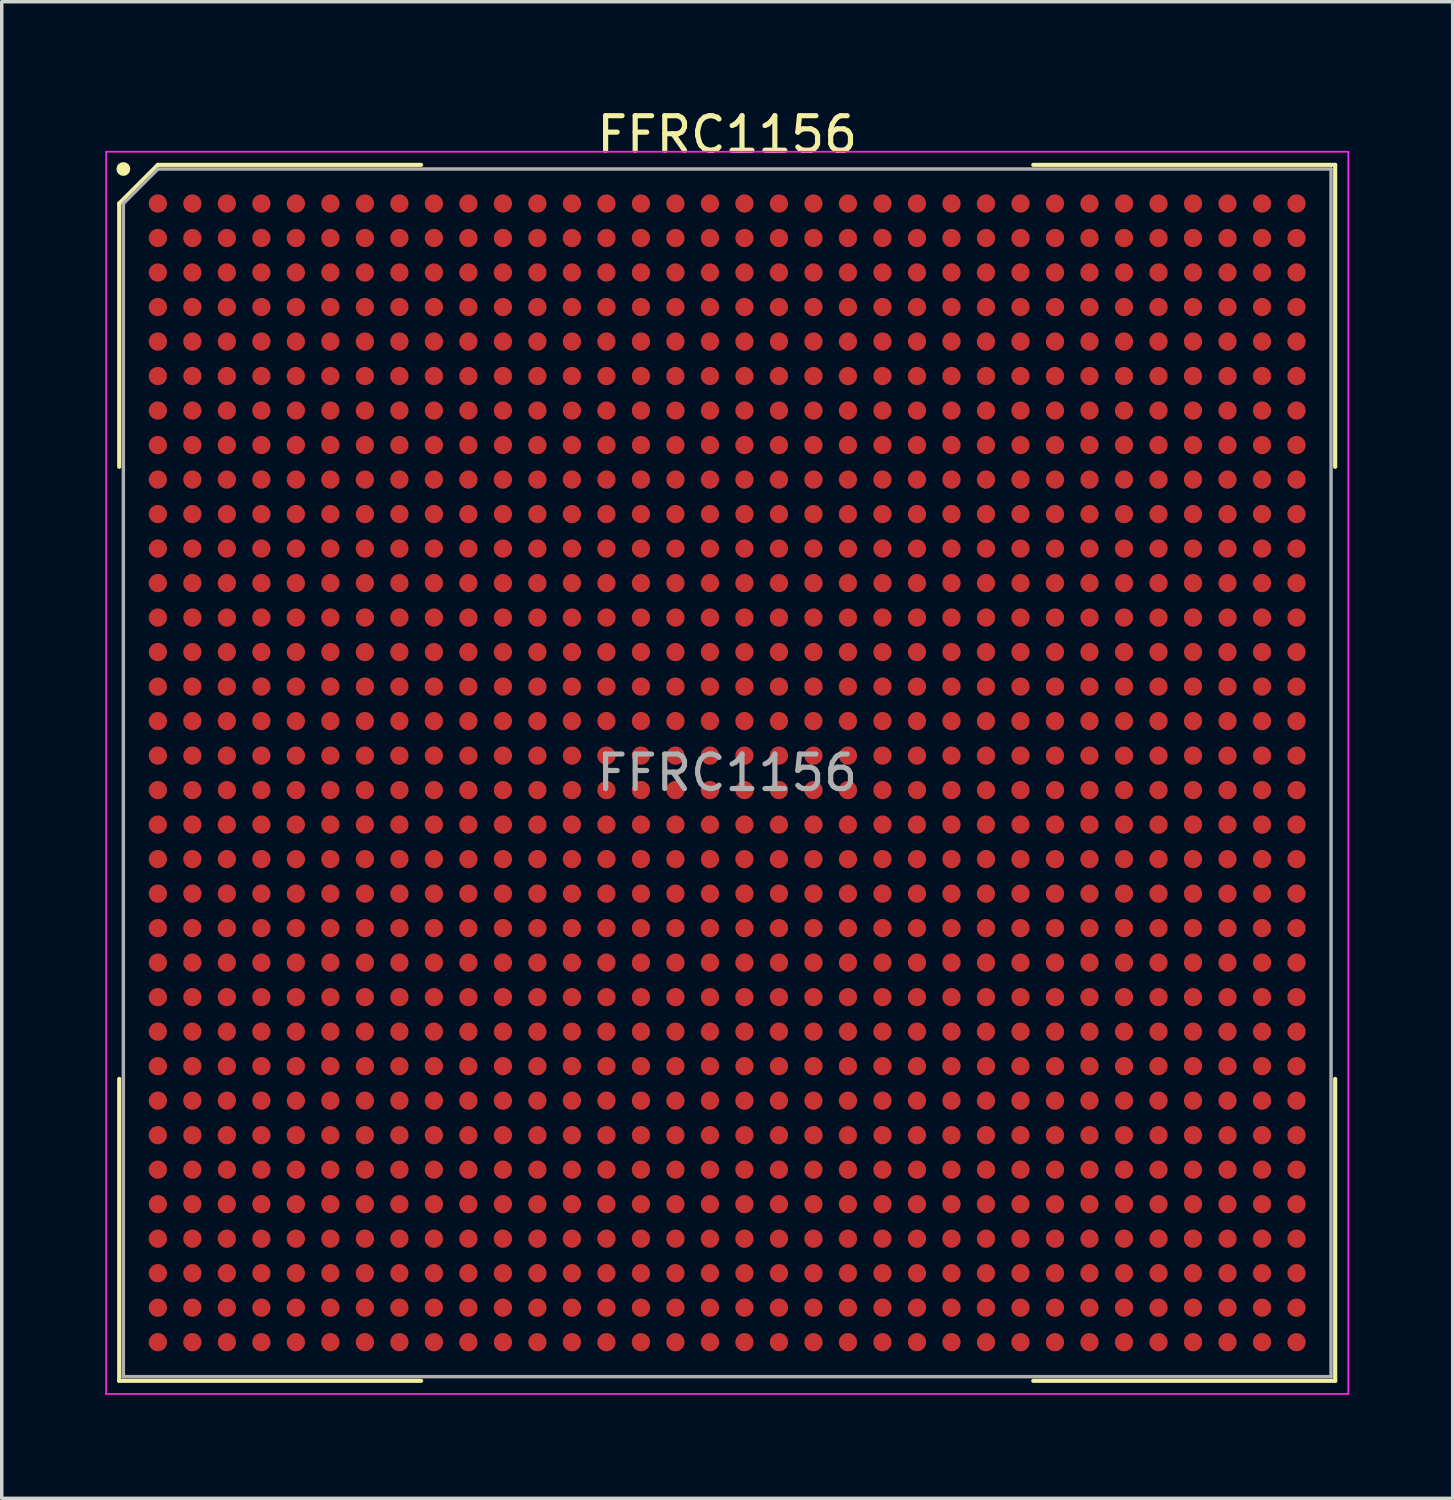
<source format=kicad_pcb>
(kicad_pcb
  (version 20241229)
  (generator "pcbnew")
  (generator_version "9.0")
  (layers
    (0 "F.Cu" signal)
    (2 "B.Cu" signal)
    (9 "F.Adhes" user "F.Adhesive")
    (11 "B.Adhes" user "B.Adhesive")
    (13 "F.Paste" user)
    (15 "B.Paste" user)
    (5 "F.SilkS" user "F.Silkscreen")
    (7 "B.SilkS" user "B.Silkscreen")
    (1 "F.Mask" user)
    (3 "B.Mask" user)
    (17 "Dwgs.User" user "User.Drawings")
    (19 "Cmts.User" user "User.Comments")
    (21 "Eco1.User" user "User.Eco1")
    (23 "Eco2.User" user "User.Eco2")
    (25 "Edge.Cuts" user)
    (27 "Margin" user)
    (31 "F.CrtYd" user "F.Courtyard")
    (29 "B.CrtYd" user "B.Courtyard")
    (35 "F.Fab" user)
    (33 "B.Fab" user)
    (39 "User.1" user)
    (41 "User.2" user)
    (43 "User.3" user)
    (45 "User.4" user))
  (footprint "FFRC1156"
    (layer "F.Cu")
    (at 18.025 19.348)
    (property "Reference" "FFRC1156" (at 0 -18.5 0) (layer "F.SilkS") (effects (font (size 1 1) (thickness 0.15))))
    (attr smd)
    (fp_line (start -17.62 -16.5) (end -17.62 -8.87) (stroke (width 0.12) (type default)) (layer "F.SilkS"))
    (fp_line (start -17.62 17.62) (end -17.62 8.87) (stroke (width 0.12) (type default)) (layer "F.SilkS"))
    (fp_line (start -16.5 -17.62) (end -17.62 -16.5) (stroke (width 0.12) (type default)) (layer "F.SilkS"))
    (fp_line (start -8.87 -17.62) (end -16.5 -17.62) (stroke (width 0.12) (type default)) (layer "F.SilkS"))
    (fp_line (start -8.87 17.62) (end -17.62 17.62) (stroke (width 0.12) (type default)) (layer "F.SilkS"))
    (fp_line (start 8.87 -17.62) (end 17.62 -17.62) (stroke (width 0.12) (type default)) (layer "F.SilkS"))
    (fp_line (start 8.87 17.62) (end 17.62 17.62) (stroke (width 0.12) (type default)) (layer "F.SilkS"))
    (fp_line (start 17.62 -17.62) (end 17.62 -8.87) (stroke (width 0.12) (type default)) (layer "F.SilkS"))
    (fp_line (start 17.62 17.62) (end 17.62 8.87) (stroke (width 0.12) (type default)) (layer "F.SilkS"))
    (fp_circle (center -17.5 -17.5) (end -17.5 -17.4) (stroke (width 0.2) (type default)) (fill no) (layer "F.SilkS"))
    (fp_line (start -18 -18) (end 18 -18) (stroke (width 0.05) (type default)) (layer "F.CrtYd"))
    (fp_line (start -18 18) (end -18 -18) (stroke (width 0.05) (type default)) (layer "F.CrtYd"))
    (fp_line (start 18 -18) (end 18 18) (stroke (width 0.05) (type default)) (layer "F.CrtYd"))
    (fp_line (start 18 18) (end -18 18) (stroke (width 0.05) (type default)) (layer "F.CrtYd"))
    (fp_line (start -17.5 -16.5) (end -17.5 17.5) (stroke (width 0.1) (type default)) (layer "F.Fab"))
    (fp_line (start -17.5 17.5) (end 17.5 17.5) (stroke (width 0.1) (type default)) (layer "F.Fab"))
    (fp_line (start -16.5 -17.5) (end -17.5 -16.5) (stroke (width 0.1) (type default)) (layer "F.Fab"))
    (fp_line (start 17.5 -17.5) (end -16.5 -17.5) (stroke (width 0.1) (type default)) (layer "F.Fab"))
    (fp_line (start 17.5 17.5) (end 17.5 -17.5) (stroke (width 0.1) (type default)) (layer "F.Fab"))
    (fp_text user "${REFERENCE}" (at 0 0 0) (layer "F.Fab") (effects (font (size 1 1) (thickness 0.15))))
    (pad "A1" smd circle (at -16.5 -16.5) (size 0.53 0.53) (layers "F.Cu" "F.Mask" "F.Paste"))
    (pad "A2" smd circle (at -15.5 -16.5) (size 0.53 0.53) (layers "F.Cu" "F.Mask" "F.Paste"))
    (pad "A3" smd circle (at -14.5 -16.5) (size 0.53 0.53) (layers "F.Cu" "F.Mask" "F.Paste"))
    (pad "A4" smd circle (at -13.5 -16.5) (size 0.53 0.53) (layers "F.Cu" "F.Mask" "F.Paste"))
    (pad "A5" smd circle (at -12.5 -16.5) (size 0.53 0.53) (layers "F.Cu" "F.Mask" "F.Paste"))
    (pad "A6" smd circle (at -11.5 -16.5) (size 0.53 0.53) (layers "F.Cu" "F.Mask" "F.Paste"))
    (pad "A7" smd circle (at -10.5 -16.5) (size 0.53 0.53) (layers "F.Cu" "F.Mask" "F.Paste"))
    (pad "A8" smd circle (at -9.5 -16.5) (size 0.53 0.53) (layers "F.Cu" "F.Mask" "F.Paste"))
    (pad "A9" smd circle (at -8.5 -16.5) (size 0.53 0.53) (layers "F.Cu" "F.Mask" "F.Paste"))
    (pad "A10" smd circle (at -7.5 -16.5) (size 0.53 0.53) (layers "F.Cu" "F.Mask" "F.Paste"))
    (pad "A11" smd circle (at -6.5 -16.5) (size 0.53 0.53) (layers "F.Cu" "F.Mask" "F.Paste"))
    (pad "A12" smd circle (at -5.5 -16.5) (size 0.53 0.53) (layers "F.Cu" "F.Mask" "F.Paste"))
    (pad "A13" smd circle (at -4.5 -16.5) (size 0.53 0.53) (layers "F.Cu" "F.Mask" "F.Paste"))
    (pad "A14" smd circle (at -3.5 -16.5) (size 0.53 0.53) (layers "F.Cu" "F.Mask" "F.Paste"))
    (pad "A15" smd circle (at -2.5 -16.5) (size 0.53 0.53) (layers "F.Cu" "F.Mask" "F.Paste"))
    (pad "A16" smd circle (at -1.5 -16.5) (size 0.53 0.53) (layers "F.Cu" "F.Mask" "F.Paste"))
    (pad "A17" smd circle (at -0.5 -16.5) (size 0.53 0.53) (layers "F.Cu" "F.Mask" "F.Paste"))
    (pad "A18" smd circle (at 0.5 -16.5) (size 0.53 0.53) (layers "F.Cu" "F.Mask" "F.Paste"))
    (pad "A19" smd circle (at 1.5 -16.5) (size 0.53 0.53) (layers "F.Cu" "F.Mask" "F.Paste"))
    (pad "A20" smd circle (at 2.5 -16.5) (size 0.53 0.53) (layers "F.Cu" "F.Mask" "F.Paste"))
    (pad "A21" smd circle (at 3.5 -16.5) (size 0.53 0.53) (layers "F.Cu" "F.Mask" "F.Paste"))
    (pad "A22" smd circle (at 4.5 -16.5) (size 0.53 0.53) (layers "F.Cu" "F.Mask" "F.Paste"))
    (pad "A23" smd circle (at 5.5 -16.5) (size 0.53 0.53) (layers "F.Cu" "F.Mask" "F.Paste"))
    (pad "A24" smd circle (at 6.5 -16.5) (size 0.53 0.53) (layers "F.Cu" "F.Mask" "F.Paste"))
    (pad "A25" smd circle (at 7.5 -16.5) (size 0.53 0.53) (layers "F.Cu" "F.Mask" "F.Paste"))
    (pad "A26" smd circle (at 8.5 -16.5) (size 0.53 0.53) (layers "F.Cu" "F.Mask" "F.Paste"))
    (pad "A27" smd circle (at 9.5 -16.5) (size 0.53 0.53) (layers "F.Cu" "F.Mask" "F.Paste"))
    (pad "A28" smd circle (at 10.5 -16.5) (size 0.53 0.53) (layers "F.Cu" "F.Mask" "F.Paste"))
    (pad "A29" smd circle (at 11.5 -16.5) (size 0.53 0.53) (layers "F.Cu" "F.Mask" "F.Paste"))
    (pad "A30" smd circle (at 12.5 -16.5) (size 0.53 0.53) (layers "F.Cu" "F.Mask" "F.Paste"))
    (pad "A31" smd circle (at 13.5 -16.5) (size 0.53 0.53) (layers "F.Cu" "F.Mask" "F.Paste"))
    (pad "A32" smd circle (at 14.5 -16.5) (size 0.53 0.53) (layers "F.Cu" "F.Mask" "F.Paste"))
    (pad "A33" smd circle (at 15.5 -16.5) (size 0.53 0.53) (layers "F.Cu" "F.Mask" "F.Paste"))
    (pad "A34" smd circle (at 16.5 -16.5) (size 0.53 0.53) (layers "F.Cu" "F.Mask" "F.Paste"))
    (pad "AA1" smd circle (at -16.5 3.5) (size 0.53 0.53) (layers "F.Cu" "F.Mask" "F.Paste"))
    (pad "AA2" smd circle (at -15.5 3.5) (size 0.53 0.53) (layers "F.Cu" "F.Mask" "F.Paste"))
    (pad "AA3" smd circle (at -14.5 3.5) (size 0.53 0.53) (layers "F.Cu" "F.Mask" "F.Paste"))
    (pad "AA4" smd circle (at -13.5 3.5) (size 0.53 0.53) (layers "F.Cu" "F.Mask" "F.Paste"))
    (pad "AA5" smd circle (at -12.5 3.5) (size 0.53 0.53) (layers "F.Cu" "F.Mask" "F.Paste"))
    (pad "AA6" smd circle (at -11.5 3.5) (size 0.53 0.53) (layers "F.Cu" "F.Mask" "F.Paste"))
    (pad "AA7" smd circle (at -10.5 3.5) (size 0.53 0.53) (layers "F.Cu" "F.Mask" "F.Paste"))
    (pad "AA8" smd circle (at -9.5 3.5) (size 0.53 0.53) (layers "F.Cu" "F.Mask" "F.Paste"))
    (pad "AA9" smd circle (at -8.5 3.5) (size 0.53 0.53) (layers "F.Cu" "F.Mask" "F.Paste"))
    (pad "AA10" smd circle (at -7.5 3.5) (size 0.53 0.53) (layers "F.Cu" "F.Mask" "F.Paste"))
    (pad "AA11" smd circle (at -6.5 3.5) (size 0.53 0.53) (layers "F.Cu" "F.Mask" "F.Paste"))
    (pad "AA12" smd circle (at -5.5 3.5) (size 0.53 0.53) (layers "F.Cu" "F.Mask" "F.Paste"))
    (pad "AA13" smd circle (at -4.5 3.5) (size 0.53 0.53) (layers "F.Cu" "F.Mask" "F.Paste"))
    (pad "AA14" smd circle (at -3.5 3.5) (size 0.53 0.53) (layers "F.Cu" "F.Mask" "F.Paste"))
    (pad "AA15" smd circle (at -2.5 3.5) (size 0.53 0.53) (layers "F.Cu" "F.Mask" "F.Paste"))
    (pad "AA16" smd circle (at -1.5 3.5) (size 0.53 0.53) (layers "F.Cu" "F.Mask" "F.Paste"))
    (pad "AA17" smd circle (at -0.5 3.5) (size 0.53 0.53) (layers "F.Cu" "F.Mask" "F.Paste"))
    (pad "AA18" smd circle (at 0.5 3.5) (size 0.53 0.53) (layers "F.Cu" "F.Mask" "F.Paste"))
    (pad "AA19" smd circle (at 1.5 3.5) (size 0.53 0.53) (layers "F.Cu" "F.Mask" "F.Paste"))
    (pad "AA20" smd circle (at 2.5 3.5) (size 0.53 0.53) (layers "F.Cu" "F.Mask" "F.Paste"))
    (pad "AA21" smd circle (at 3.5 3.5) (size 0.53 0.53) (layers "F.Cu" "F.Mask" "F.Paste"))
    (pad "AA22" smd circle (at 4.5 3.5) (size 0.53 0.53) (layers "F.Cu" "F.Mask" "F.Paste"))
    (pad "AA23" smd circle (at 5.5 3.5) (size 0.53 0.53) (layers "F.Cu" "F.Mask" "F.Paste"))
    (pad "AA24" smd circle (at 6.5 3.5) (size 0.53 0.53) (layers "F.Cu" "F.Mask" "F.Paste"))
    (pad "AA25" smd circle (at 7.5 3.5) (size 0.53 0.53) (layers "F.Cu" "F.Mask" "F.Paste"))
    (pad "AA26" smd circle (at 8.5 3.5) (size 0.53 0.53) (layers "F.Cu" "F.Mask" "F.Paste"))
    (pad "AA27" smd circle (at 9.5 3.5) (size 0.53 0.53) (layers "F.Cu" "F.Mask" "F.Paste"))
    (pad "AA28" smd circle (at 10.5 3.5) (size 0.53 0.53) (layers "F.Cu" "F.Mask" "F.Paste"))
    (pad "AA29" smd circle (at 11.5 3.5) (size 0.53 0.53) (layers "F.Cu" "F.Mask" "F.Paste"))
    (pad "AA30" smd circle (at 12.5 3.5) (size 0.53 0.53) (layers "F.Cu" "F.Mask" "F.Paste"))
    (pad "AA31" smd circle (at 13.5 3.5) (size 0.53 0.53) (layers "F.Cu" "F.Mask" "F.Paste"))
    (pad "AA32" smd circle (at 14.5 3.5) (size 0.53 0.53) (layers "F.Cu" "F.Mask" "F.Paste"))
    (pad "AA33" smd circle (at 15.5 3.5) (size 0.53 0.53) (layers "F.Cu" "F.Mask" "F.Paste"))
    (pad "AA34" smd circle (at 16.5 3.5) (size 0.53 0.53) (layers "F.Cu" "F.Mask" "F.Paste"))
    (pad "AB1" smd circle (at -16.5 4.5) (size 0.53 0.53) (layers "F.Cu" "F.Mask" "F.Paste"))
    (pad "AB2" smd circle (at -15.5 4.5) (size 0.53 0.53) (layers "F.Cu" "F.Mask" "F.Paste"))
    (pad "AB3" smd circle (at -14.5 4.5) (size 0.53 0.53) (layers "F.Cu" "F.Mask" "F.Paste"))
    (pad "AB4" smd circle (at -13.5 4.5) (size 0.53 0.53) (layers "F.Cu" "F.Mask" "F.Paste"))
    (pad "AB5" smd circle (at -12.5 4.5) (size 0.53 0.53) (layers "F.Cu" "F.Mask" "F.Paste"))
    (pad "AB6" smd circle (at -11.5 4.5) (size 0.53 0.53) (layers "F.Cu" "F.Mask" "F.Paste"))
    (pad "AB7" smd circle (at -10.5 4.5) (size 0.53 0.53) (layers "F.Cu" "F.Mask" "F.Paste"))
    (pad "AB8" smd circle (at -9.5 4.5) (size 0.53 0.53) (layers "F.Cu" "F.Mask" "F.Paste"))
    (pad "AB9" smd circle (at -8.5 4.5) (size 0.53 0.53) (layers "F.Cu" "F.Mask" "F.Paste"))
    (pad "AB10" smd circle (at -7.5 4.5) (size 0.53 0.53) (layers "F.Cu" "F.Mask" "F.Paste"))
    (pad "AB11" smd circle (at -6.5 4.5) (size 0.53 0.53) (layers "F.Cu" "F.Mask" "F.Paste"))
    (pad "AB12" smd circle (at -5.5 4.5) (size 0.53 0.53) (layers "F.Cu" "F.Mask" "F.Paste"))
    (pad "AB13" smd circle (at -4.5 4.5) (size 0.53 0.53) (layers "F.Cu" "F.Mask" "F.Paste"))
    (pad "AB14" smd circle (at -3.5 4.5) (size 0.53 0.53) (layers "F.Cu" "F.Mask" "F.Paste"))
    (pad "AB15" smd circle (at -2.5 4.5) (size 0.53 0.53) (layers "F.Cu" "F.Mask" "F.Paste"))
    (pad "AB16" smd circle (at -1.5 4.5) (size 0.53 0.53) (layers "F.Cu" "F.Mask" "F.Paste"))
    (pad "AB17" smd circle (at -0.5 4.5) (size 0.53 0.53) (layers "F.Cu" "F.Mask" "F.Paste"))
    (pad "AB18" smd circle (at 0.5 4.5) (size 0.53 0.53) (layers "F.Cu" "F.Mask" "F.Paste"))
    (pad "AB19" smd circle (at 1.5 4.5) (size 0.53 0.53) (layers "F.Cu" "F.Mask" "F.Paste"))
    (pad "AB20" smd circle (at 2.5 4.5) (size 0.53 0.53) (layers "F.Cu" "F.Mask" "F.Paste"))
    (pad "AB21" smd circle (at 3.5 4.5) (size 0.53 0.53) (layers "F.Cu" "F.Mask" "F.Paste"))
    (pad "AB22" smd circle (at 4.5 4.5) (size 0.53 0.53) (layers "F.Cu" "F.Mask" "F.Paste"))
    (pad "AB23" smd circle (at 5.5 4.5) (size 0.53 0.53) (layers "F.Cu" "F.Mask" "F.Paste"))
    (pad "AB24" smd circle (at 6.5 4.5) (size 0.53 0.53) (layers "F.Cu" "F.Mask" "F.Paste"))
    (pad "AB25" smd circle (at 7.5 4.5) (size 0.53 0.53) (layers "F.Cu" "F.Mask" "F.Paste"))
    (pad "AB26" smd circle (at 8.5 4.5) (size 0.53 0.53) (layers "F.Cu" "F.Mask" "F.Paste"))
    (pad "AB27" smd circle (at 9.5 4.5) (size 0.53 0.53) (layers "F.Cu" "F.Mask" "F.Paste"))
    (pad "AB28" smd circle (at 10.5 4.5) (size 0.53 0.53) (layers "F.Cu" "F.Mask" "F.Paste"))
    (pad "AB29" smd circle (at 11.5 4.5) (size 0.53 0.53) (layers "F.Cu" "F.Mask" "F.Paste"))
    (pad "AB30" smd circle (at 12.5 4.5) (size 0.53 0.53) (layers "F.Cu" "F.Mask" "F.Paste"))
    (pad "AB31" smd circle (at 13.5 4.5) (size 0.53 0.53) (layers "F.Cu" "F.Mask" "F.Paste"))
    (pad "AB32" smd circle (at 14.5 4.5) (size 0.53 0.53) (layers "F.Cu" "F.Mask" "F.Paste"))
    (pad "AB33" smd circle (at 15.5 4.5) (size 0.53 0.53) (layers "F.Cu" "F.Mask" "F.Paste"))
    (pad "AB34" smd circle (at 16.5 4.5) (size 0.53 0.53) (layers "F.Cu" "F.Mask" "F.Paste"))
    (pad "AC1" smd circle (at -16.5 5.5) (size 0.53 0.53) (layers "F.Cu" "F.Mask" "F.Paste"))
    (pad "AC2" smd circle (at -15.5 5.5) (size 0.53 0.53) (layers "F.Cu" "F.Mask" "F.Paste"))
    (pad "AC3" smd circle (at -14.5 5.5) (size 0.53 0.53) (layers "F.Cu" "F.Mask" "F.Paste"))
    (pad "AC4" smd circle (at -13.5 5.5) (size 0.53 0.53) (layers "F.Cu" "F.Mask" "F.Paste"))
    (pad "AC5" smd circle (at -12.5 5.5) (size 0.53 0.53) (layers "F.Cu" "F.Mask" "F.Paste"))
    (pad "AC6" smd circle (at -11.5 5.5) (size 0.53 0.53) (layers "F.Cu" "F.Mask" "F.Paste"))
    (pad "AC7" smd circle (at -10.5 5.5) (size 0.53 0.53) (layers "F.Cu" "F.Mask" "F.Paste"))
    (pad "AC8" smd circle (at -9.5 5.5) (size 0.53 0.53) (layers "F.Cu" "F.Mask" "F.Paste"))
    (pad "AC9" smd circle (at -8.5 5.5) (size 0.53 0.53) (layers "F.Cu" "F.Mask" "F.Paste"))
    (pad "AC10" smd circle (at -7.5 5.5) (size 0.53 0.53) (layers "F.Cu" "F.Mask" "F.Paste"))
    (pad "AC11" smd circle (at -6.5 5.5) (size 0.53 0.53) (layers "F.Cu" "F.Mask" "F.Paste"))
    (pad "AC12" smd circle (at -5.5 5.5) (size 0.53 0.53) (layers "F.Cu" "F.Mask" "F.Paste"))
    (pad "AC13" smd circle (at -4.5 5.5) (size 0.53 0.53) (layers "F.Cu" "F.Mask" "F.Paste"))
    (pad "AC14" smd circle (at -3.5 5.5) (size 0.53 0.53) (layers "F.Cu" "F.Mask" "F.Paste"))
    (pad "AC15" smd circle (at -2.5 5.5) (size 0.53 0.53) (layers "F.Cu" "F.Mask" "F.Paste"))
    (pad "AC16" smd circle (at -1.5 5.5) (size 0.53 0.53) (layers "F.Cu" "F.Mask" "F.Paste"))
    (pad "AC17" smd circle (at -0.5 5.5) (size 0.53 0.53) (layers "F.Cu" "F.Mask" "F.Paste"))
    (pad "AC18" smd circle (at 0.5 5.5) (size 0.53 0.53) (layers "F.Cu" "F.Mask" "F.Paste"))
    (pad "AC19" smd circle (at 1.5 5.5) (size 0.53 0.53) (layers "F.Cu" "F.Mask" "F.Paste"))
    (pad "AC20" smd circle (at 2.5 5.5) (size 0.53 0.53) (layers "F.Cu" "F.Mask" "F.Paste"))
    (pad "AC21" smd circle (at 3.5 5.5) (size 0.53 0.53) (layers "F.Cu" "F.Mask" "F.Paste"))
    (pad "AC22" smd circle (at 4.5 5.5) (size 0.53 0.53) (layers "F.Cu" "F.Mask" "F.Paste"))
    (pad "AC23" smd circle (at 5.5 5.5) (size 0.53 0.53) (layers "F.Cu" "F.Mask" "F.Paste"))
    (pad "AC24" smd circle (at 6.5 5.5) (size 0.53 0.53) (layers "F.Cu" "F.Mask" "F.Paste"))
    (pad "AC25" smd circle (at 7.5 5.5) (size 0.53 0.53) (layers "F.Cu" "F.Mask" "F.Paste"))
    (pad "AC26" smd circle (at 8.5 5.5) (size 0.53 0.53) (layers "F.Cu" "F.Mask" "F.Paste"))
    (pad "AC27" smd circle (at 9.5 5.5) (size 0.53 0.53) (layers "F.Cu" "F.Mask" "F.Paste"))
    (pad "AC28" smd circle (at 10.5 5.5) (size 0.53 0.53) (layers "F.Cu" "F.Mask" "F.Paste"))
    (pad "AC29" smd circle (at 11.5 5.5) (size 0.53 0.53) (layers "F.Cu" "F.Mask" "F.Paste"))
    (pad "AC30" smd circle (at 12.5 5.5) (size 0.53 0.53) (layers "F.Cu" "F.Mask" "F.Paste"))
    (pad "AC31" smd circle (at 13.5 5.5) (size 0.53 0.53) (layers "F.Cu" "F.Mask" "F.Paste"))
    (pad "AC32" smd circle (at 14.5 5.5) (size 0.53 0.53) (layers "F.Cu" "F.Mask" "F.Paste"))
    (pad "AC33" smd circle (at 15.5 5.5) (size 0.53 0.53) (layers "F.Cu" "F.Mask" "F.Paste"))
    (pad "AC34" smd circle (at 16.5 5.5) (size 0.53 0.53) (layers "F.Cu" "F.Mask" "F.Paste"))
    (pad "AD1" smd circle (at -16.5 6.5) (size 0.53 0.53) (layers "F.Cu" "F.Mask" "F.Paste"))
    (pad "AD2" smd circle (at -15.5 6.5) (size 0.53 0.53) (layers "F.Cu" "F.Mask" "F.Paste"))
    (pad "AD3" smd circle (at -14.5 6.5) (size 0.53 0.53) (layers "F.Cu" "F.Mask" "F.Paste"))
    (pad "AD4" smd circle (at -13.5 6.5) (size 0.53 0.53) (layers "F.Cu" "F.Mask" "F.Paste"))
    (pad "AD5" smd circle (at -12.5 6.5) (size 0.53 0.53) (layers "F.Cu" "F.Mask" "F.Paste"))
    (pad "AD6" smd circle (at -11.5 6.5) (size 0.53 0.53) (layers "F.Cu" "F.Mask" "F.Paste"))
    (pad "AD7" smd circle (at -10.5 6.5) (size 0.53 0.53) (layers "F.Cu" "F.Mask" "F.Paste"))
    (pad "AD8" smd circle (at -9.5 6.5) (size 0.53 0.53) (layers "F.Cu" "F.Mask" "F.Paste"))
    (pad "AD9" smd circle (at -8.5 6.5) (size 0.53 0.53) (layers "F.Cu" "F.Mask" "F.Paste"))
    (pad "AD10" smd circle (at -7.5 6.5) (size 0.53 0.53) (layers "F.Cu" "F.Mask" "F.Paste"))
    (pad "AD11" smd circle (at -6.5 6.5) (size 0.53 0.53) (layers "F.Cu" "F.Mask" "F.Paste"))
    (pad "AD12" smd circle (at -5.5 6.5) (size 0.53 0.53) (layers "F.Cu" "F.Mask" "F.Paste"))
    (pad "AD13" smd circle (at -4.5 6.5) (size 0.53 0.53) (layers "F.Cu" "F.Mask" "F.Paste"))
    (pad "AD14" smd circle (at -3.5 6.5) (size 0.53 0.53) (layers "F.Cu" "F.Mask" "F.Paste"))
    (pad "AD15" smd circle (at -2.5 6.5) (size 0.53 0.53) (layers "F.Cu" "F.Mask" "F.Paste"))
    (pad "AD16" smd circle (at -1.5 6.5) (size 0.53 0.53) (layers "F.Cu" "F.Mask" "F.Paste"))
    (pad "AD17" smd circle (at -0.5 6.5) (size 0.53 0.53) (layers "F.Cu" "F.Mask" "F.Paste"))
    (pad "AD18" smd circle (at 0.5 6.5) (size 0.53 0.53) (layers "F.Cu" "F.Mask" "F.Paste"))
    (pad "AD19" smd circle (at 1.5 6.5) (size 0.53 0.53) (layers "F.Cu" "F.Mask" "F.Paste"))
    (pad "AD20" smd circle (at 2.5 6.5) (size 0.53 0.53) (layers "F.Cu" "F.Mask" "F.Paste"))
    (pad "AD21" smd circle (at 3.5 6.5) (size 0.53 0.53) (layers "F.Cu" "F.Mask" "F.Paste"))
    (pad "AD22" smd circle (at 4.5 6.5) (size 0.53 0.53) (layers "F.Cu" "F.Mask" "F.Paste"))
    (pad "AD23" smd circle (at 5.5 6.5) (size 0.53 0.53) (layers "F.Cu" "F.Mask" "F.Paste"))
    (pad "AD24" smd circle (at 6.5 6.5) (size 0.53 0.53) (layers "F.Cu" "F.Mask" "F.Paste"))
    (pad "AD25" smd circle (at 7.5 6.5) (size 0.53 0.53) (layers "F.Cu" "F.Mask" "F.Paste"))
    (pad "AD26" smd circle (at 8.5 6.5) (size 0.53 0.53) (layers "F.Cu" "F.Mask" "F.Paste"))
    (pad "AD27" smd circle (at 9.5 6.5) (size 0.53 0.53) (layers "F.Cu" "F.Mask" "F.Paste"))
    (pad "AD28" smd circle (at 10.5 6.5) (size 0.53 0.53) (layers "F.Cu" "F.Mask" "F.Paste"))
    (pad "AD29" smd circle (at 11.5 6.5) (size 0.53 0.53) (layers "F.Cu" "F.Mask" "F.Paste"))
    (pad "AD30" smd circle (at 12.5 6.5) (size 0.53 0.53) (layers "F.Cu" "F.Mask" "F.Paste"))
    (pad "AD31" smd circle (at 13.5 6.5) (size 0.53 0.53) (layers "F.Cu" "F.Mask" "F.Paste"))
    (pad "AD32" smd circle (at 14.5 6.5) (size 0.53 0.53) (layers "F.Cu" "F.Mask" "F.Paste"))
    (pad "AD33" smd circle (at 15.5 6.5) (size 0.53 0.53) (layers "F.Cu" "F.Mask" "F.Paste"))
    (pad "AD34" smd circle (at 16.5 6.5) (size 0.53 0.53) (layers "F.Cu" "F.Mask" "F.Paste"))
    (pad "AE1" smd circle (at -16.5 7.5) (size 0.53 0.53) (layers "F.Cu" "F.Mask" "F.Paste"))
    (pad "AE2" smd circle (at -15.5 7.5) (size 0.53 0.53) (layers "F.Cu" "F.Mask" "F.Paste"))
    (pad "AE3" smd circle (at -14.5 7.5) (size 0.53 0.53) (layers "F.Cu" "F.Mask" "F.Paste"))
    (pad "AE4" smd circle (at -13.5 7.5) (size 0.53 0.53) (layers "F.Cu" "F.Mask" "F.Paste"))
    (pad "AE5" smd circle (at -12.5 7.5) (size 0.53 0.53) (layers "F.Cu" "F.Mask" "F.Paste"))
    (pad "AE6" smd circle (at -11.5 7.5) (size 0.53 0.53) (layers "F.Cu" "F.Mask" "F.Paste"))
    (pad "AE7" smd circle (at -10.5 7.5) (size 0.53 0.53) (layers "F.Cu" "F.Mask" "F.Paste"))
    (pad "AE8" smd circle (at -9.5 7.5) (size 0.53 0.53) (layers "F.Cu" "F.Mask" "F.Paste"))
    (pad "AE9" smd circle (at -8.5 7.5) (size 0.53 0.53) (layers "F.Cu" "F.Mask" "F.Paste"))
    (pad "AE10" smd circle (at -7.5 7.5) (size 0.53 0.53) (layers "F.Cu" "F.Mask" "F.Paste"))
    (pad "AE11" smd circle (at -6.5 7.5) (size 0.53 0.53) (layers "F.Cu" "F.Mask" "F.Paste"))
    (pad "AE12" smd circle (at -5.5 7.5) (size 0.53 0.53) (layers "F.Cu" "F.Mask" "F.Paste"))
    (pad "AE13" smd circle (at -4.5 7.5) (size 0.53 0.53) (layers "F.Cu" "F.Mask" "F.Paste"))
    (pad "AE14" smd circle (at -3.5 7.5) (size 0.53 0.53) (layers "F.Cu" "F.Mask" "F.Paste"))
    (pad "AE15" smd circle (at -2.5 7.5) (size 0.53 0.53) (layers "F.Cu" "F.Mask" "F.Paste"))
    (pad "AE16" smd circle (at -1.5 7.5) (size 0.53 0.53) (layers "F.Cu" "F.Mask" "F.Paste"))
    (pad "AE17" smd circle (at -0.5 7.5) (size 0.53 0.53) (layers "F.Cu" "F.Mask" "F.Paste"))
    (pad "AE18" smd circle (at 0.5 7.5) (size 0.53 0.53) (layers "F.Cu" "F.Mask" "F.Paste"))
    (pad "AE19" smd circle (at 1.5 7.5) (size 0.53 0.53) (layers "F.Cu" "F.Mask" "F.Paste"))
    (pad "AE20" smd circle (at 2.5 7.5) (size 0.53 0.53) (layers "F.Cu" "F.Mask" "F.Paste"))
    (pad "AE21" smd circle (at 3.5 7.5) (size 0.53 0.53) (layers "F.Cu" "F.Mask" "F.Paste"))
    (pad "AE22" smd circle (at 4.5 7.5) (size 0.53 0.53) (layers "F.Cu" "F.Mask" "F.Paste"))
    (pad "AE23" smd circle (at 5.5 7.5) (size 0.53 0.53) (layers "F.Cu" "F.Mask" "F.Paste"))
    (pad "AE24" smd circle (at 6.5 7.5) (size 0.53 0.53) (layers "F.Cu" "F.Mask" "F.Paste"))
    (pad "AE25" smd circle (at 7.5 7.5) (size 0.53 0.53) (layers "F.Cu" "F.Mask" "F.Paste"))
    (pad "AE26" smd circle (at 8.5 7.5) (size 0.53 0.53) (layers "F.Cu" "F.Mask" "F.Paste"))
    (pad "AE27" smd circle (at 9.5 7.5) (size 0.53 0.53) (layers "F.Cu" "F.Mask" "F.Paste"))
    (pad "AE28" smd circle (at 10.5 7.5) (size 0.53 0.53) (layers "F.Cu" "F.Mask" "F.Paste"))
    (pad "AE29" smd circle (at 11.5 7.5) (size 0.53 0.53) (layers "F.Cu" "F.Mask" "F.Paste"))
    (pad "AE30" smd circle (at 12.5 7.5) (size 0.53 0.53) (layers "F.Cu" "F.Mask" "F.Paste"))
    (pad "AE31" smd circle (at 13.5 7.5) (size 0.53 0.53) (layers "F.Cu" "F.Mask" "F.Paste"))
    (pad "AE32" smd circle (at 14.5 7.5) (size 0.53 0.53) (layers "F.Cu" "F.Mask" "F.Paste"))
    (pad "AE33" smd circle (at 15.5 7.5) (size 0.53 0.53) (layers "F.Cu" "F.Mask" "F.Paste"))
    (pad "AE34" smd circle (at 16.5 7.5) (size 0.53 0.53) (layers "F.Cu" "F.Mask" "F.Paste"))
    (pad "AF1" smd circle (at -16.5 8.5) (size 0.53 0.53) (layers "F.Cu" "F.Mask" "F.Paste"))
    (pad "AF2" smd circle (at -15.5 8.5) (size 0.53 0.53) (layers "F.Cu" "F.Mask" "F.Paste"))
    (pad "AF3" smd circle (at -14.5 8.5) (size 0.53 0.53) (layers "F.Cu" "F.Mask" "F.Paste"))
    (pad "AF4" smd circle (at -13.5 8.5) (size 0.53 0.53) (layers "F.Cu" "F.Mask" "F.Paste"))
    (pad "AF5" smd circle (at -12.5 8.5) (size 0.53 0.53) (layers "F.Cu" "F.Mask" "F.Paste"))
    (pad "AF6" smd circle (at -11.5 8.5) (size 0.53 0.53) (layers "F.Cu" "F.Mask" "F.Paste"))
    (pad "AF7" smd circle (at -10.5 8.5) (size 0.53 0.53) (layers "F.Cu" "F.Mask" "F.Paste"))
    (pad "AF8" smd circle (at -9.5 8.5) (size 0.53 0.53) (layers "F.Cu" "F.Mask" "F.Paste"))
    (pad "AF9" smd circle (at -8.5 8.5) (size 0.53 0.53) (layers "F.Cu" "F.Mask" "F.Paste"))
    (pad "AF10" smd circle (at -7.5 8.5) (size 0.53 0.53) (layers "F.Cu" "F.Mask" "F.Paste"))
    (pad "AF11" smd circle (at -6.5 8.5) (size 0.53 0.53) (layers "F.Cu" "F.Mask" "F.Paste"))
    (pad "AF12" smd circle (at -5.5 8.5) (size 0.53 0.53) (layers "F.Cu" "F.Mask" "F.Paste"))
    (pad "AF13" smd circle (at -4.5 8.5) (size 0.53 0.53) (layers "F.Cu" "F.Mask" "F.Paste"))
    (pad "AF14" smd circle (at -3.5 8.5) (size 0.53 0.53) (layers "F.Cu" "F.Mask" "F.Paste"))
    (pad "AF15" smd circle (at -2.5 8.5) (size 0.53 0.53) (layers "F.Cu" "F.Mask" "F.Paste"))
    (pad "AF16" smd circle (at -1.5 8.5) (size 0.53 0.53) (layers "F.Cu" "F.Mask" "F.Paste"))
    (pad "AF17" smd circle (at -0.5 8.5) (size 0.53 0.53) (layers "F.Cu" "F.Mask" "F.Paste"))
    (pad "AF18" smd circle (at 0.5 8.5) (size 0.53 0.53) (layers "F.Cu" "F.Mask" "F.Paste"))
    (pad "AF19" smd circle (at 1.5 8.5) (size 0.53 0.53) (layers "F.Cu" "F.Mask" "F.Paste"))
    (pad "AF20" smd circle (at 2.5 8.5) (size 0.53 0.53) (layers "F.Cu" "F.Mask" "F.Paste"))
    (pad "AF21" smd circle (at 3.5 8.5) (size 0.53 0.53) (layers "F.Cu" "F.Mask" "F.Paste"))
    (pad "AF22" smd circle (at 4.5 8.5) (size 0.53 0.53) (layers "F.Cu" "F.Mask" "F.Paste"))
    (pad "AF23" smd circle (at 5.5 8.5) (size 0.53 0.53) (layers "F.Cu" "F.Mask" "F.Paste"))
    (pad "AF24" smd circle (at 6.5 8.5) (size 0.53 0.53) (layers "F.Cu" "F.Mask" "F.Paste"))
    (pad "AF25" smd circle (at 7.5 8.5) (size 0.53 0.53) (layers "F.Cu" "F.Mask" "F.Paste"))
    (pad "AF26" smd circle (at 8.5 8.5) (size 0.53 0.53) (layers "F.Cu" "F.Mask" "F.Paste"))
    (pad "AF27" smd circle (at 9.5 8.5) (size 0.53 0.53) (layers "F.Cu" "F.Mask" "F.Paste"))
    (pad "AF28" smd circle (at 10.5 8.5) (size 0.53 0.53) (layers "F.Cu" "F.Mask" "F.Paste"))
    (pad "AF29" smd circle (at 11.5 8.5) (size 0.53 0.53) (layers "F.Cu" "F.Mask" "F.Paste"))
    (pad "AF30" smd circle (at 12.5 8.5) (size 0.53 0.53) (layers "F.Cu" "F.Mask" "F.Paste"))
    (pad "AF31" smd circle (at 13.5 8.5) (size 0.53 0.53) (layers "F.Cu" "F.Mask" "F.Paste"))
    (pad "AF32" smd circle (at 14.5 8.5) (size 0.53 0.53) (layers "F.Cu" "F.Mask" "F.Paste"))
    (pad "AF33" smd circle (at 15.5 8.5) (size 0.53 0.53) (layers "F.Cu" "F.Mask" "F.Paste"))
    (pad "AF34" smd circle (at 16.5 8.5) (size 0.53 0.53) (layers "F.Cu" "F.Mask" "F.Paste"))
    (pad "AG1" smd circle (at -16.5 9.5) (size 0.53 0.53) (layers "F.Cu" "F.Mask" "F.Paste"))
    (pad "AG2" smd circle (at -15.5 9.5) (size 0.53 0.53) (layers "F.Cu" "F.Mask" "F.Paste"))
    (pad "AG3" smd circle (at -14.5 9.5) (size 0.53 0.53) (layers "F.Cu" "F.Mask" "F.Paste"))
    (pad "AG4" smd circle (at -13.5 9.5) (size 0.53 0.53) (layers "F.Cu" "F.Mask" "F.Paste"))
    (pad "AG5" smd circle (at -12.5 9.5) (size 0.53 0.53) (layers "F.Cu" "F.Mask" "F.Paste"))
    (pad "AG6" smd circle (at -11.5 9.5) (size 0.53 0.53) (layers "F.Cu" "F.Mask" "F.Paste"))
    (pad "AG7" smd circle (at -10.5 9.5) (size 0.53 0.53) (layers "F.Cu" "F.Mask" "F.Paste"))
    (pad "AG8" smd circle (at -9.5 9.5) (size 0.53 0.53) (layers "F.Cu" "F.Mask" "F.Paste"))
    (pad "AG9" smd circle (at -8.5 9.5) (size 0.53 0.53) (layers "F.Cu" "F.Mask" "F.Paste"))
    (pad "AG10" smd circle (at -7.5 9.5) (size 0.53 0.53) (layers "F.Cu" "F.Mask" "F.Paste"))
    (pad "AG11" smd circle (at -6.5 9.5) (size 0.53 0.53) (layers "F.Cu" "F.Mask" "F.Paste"))
    (pad "AG12" smd circle (at -5.5 9.5) (size 0.53 0.53) (layers "F.Cu" "F.Mask" "F.Paste"))
    (pad "AG13" smd circle (at -4.5 9.5) (size 0.53 0.53) (layers "F.Cu" "F.Mask" "F.Paste"))
    (pad "AG14" smd circle (at -3.5 9.5) (size 0.53 0.53) (layers "F.Cu" "F.Mask" "F.Paste"))
    (pad "AG15" smd circle (at -2.5 9.5) (size 0.53 0.53) (layers "F.Cu" "F.Mask" "F.Paste"))
    (pad "AG16" smd circle (at -1.5 9.5) (size 0.53 0.53) (layers "F.Cu" "F.Mask" "F.Paste"))
    (pad "AG17" smd circle (at -0.5 9.5) (size 0.53 0.53) (layers "F.Cu" "F.Mask" "F.Paste"))
    (pad "AG18" smd circle (at 0.5 9.5) (size 0.53 0.53) (layers "F.Cu" "F.Mask" "F.Paste"))
    (pad "AG19" smd circle (at 1.5 9.5) (size 0.53 0.53) (layers "F.Cu" "F.Mask" "F.Paste"))
    (pad "AG20" smd circle (at 2.5 9.5) (size 0.53 0.53) (layers "F.Cu" "F.Mask" "F.Paste"))
    (pad "AG21" smd circle (at 3.5 9.5) (size 0.53 0.53) (layers "F.Cu" "F.Mask" "F.Paste"))
    (pad "AG22" smd circle (at 4.5 9.5) (size 0.53 0.53) (layers "F.Cu" "F.Mask" "F.Paste"))
    (pad "AG23" smd circle (at 5.5 9.5) (size 0.53 0.53) (layers "F.Cu" "F.Mask" "F.Paste"))
    (pad "AG24" smd circle (at 6.5 9.5) (size 0.53 0.53) (layers "F.Cu" "F.Mask" "F.Paste"))
    (pad "AG25" smd circle (at 7.5 9.5) (size 0.53 0.53) (layers "F.Cu" "F.Mask" "F.Paste"))
    (pad "AG26" smd circle (at 8.5 9.5) (size 0.53 0.53) (layers "F.Cu" "F.Mask" "F.Paste"))
    (pad "AG27" smd circle (at 9.5 9.5) (size 0.53 0.53) (layers "F.Cu" "F.Mask" "F.Paste"))
    (pad "AG28" smd circle (at 10.5 9.5) (size 0.53 0.53) (layers "F.Cu" "F.Mask" "F.Paste"))
    (pad "AG29" smd circle (at 11.5 9.5) (size 0.53 0.53) (layers "F.Cu" "F.Mask" "F.Paste"))
    (pad "AG30" smd circle (at 12.5 9.5) (size 0.53 0.53) (layers "F.Cu" "F.Mask" "F.Paste"))
    (pad "AG31" smd circle (at 13.5 9.5) (size 0.53 0.53) (layers "F.Cu" "F.Mask" "F.Paste"))
    (pad "AG32" smd circle (at 14.5 9.5) (size 0.53 0.53) (layers "F.Cu" "F.Mask" "F.Paste"))
    (pad "AG33" smd circle (at 15.5 9.5) (size 0.53 0.53) (layers "F.Cu" "F.Mask" "F.Paste"))
    (pad "AG34" smd circle (at 16.5 9.5) (size 0.53 0.53) (layers "F.Cu" "F.Mask" "F.Paste"))
    (pad "AH1" smd circle (at -16.5 10.5) (size 0.53 0.53) (layers "F.Cu" "F.Mask" "F.Paste"))
    (pad "AH2" smd circle (at -15.5 10.5) (size 0.53 0.53) (layers "F.Cu" "F.Mask" "F.Paste"))
    (pad "AH3" smd circle (at -14.5 10.5) (size 0.53 0.53) (layers "F.Cu" "F.Mask" "F.Paste"))
    (pad "AH4" smd circle (at -13.5 10.5) (size 0.53 0.53) (layers "F.Cu" "F.Mask" "F.Paste"))
    (pad "AH5" smd circle (at -12.5 10.5) (size 0.53 0.53) (layers "F.Cu" "F.Mask" "F.Paste"))
    (pad "AH6" smd circle (at -11.5 10.5) (size 0.53 0.53) (layers "F.Cu" "F.Mask" "F.Paste"))
    (pad "AH7" smd circle (at -10.5 10.5) (size 0.53 0.53) (layers "F.Cu" "F.Mask" "F.Paste"))
    (pad "AH8" smd circle (at -9.5 10.5) (size 0.53 0.53) (layers "F.Cu" "F.Mask" "F.Paste"))
    (pad "AH9" smd circle (at -8.5 10.5) (size 0.53 0.53) (layers "F.Cu" "F.Mask" "F.Paste"))
    (pad "AH10" smd circle (at -7.5 10.5) (size 0.53 0.53) (layers "F.Cu" "F.Mask" "F.Paste"))
    (pad "AH11" smd circle (at -6.5 10.5) (size 0.53 0.53) (layers "F.Cu" "F.Mask" "F.Paste"))
    (pad "AH12" smd circle (at -5.5 10.5) (size 0.53 0.53) (layers "F.Cu" "F.Mask" "F.Paste"))
    (pad "AH13" smd circle (at -4.5 10.5) (size 0.53 0.53) (layers "F.Cu" "F.Mask" "F.Paste"))
    (pad "AH14" smd circle (at -3.5 10.5) (size 0.53 0.53) (layers "F.Cu" "F.Mask" "F.Paste"))
    (pad "AH15" smd circle (at -2.5 10.5) (size 0.53 0.53) (layers "F.Cu" "F.Mask" "F.Paste"))
    (pad "AH16" smd circle (at -1.5 10.5) (size 0.53 0.53) (layers "F.Cu" "F.Mask" "F.Paste"))
    (pad "AH17" smd circle (at -0.5 10.5) (size 0.53 0.53) (layers "F.Cu" "F.Mask" "F.Paste"))
    (pad "AH18" smd circle (at 0.5 10.5) (size 0.53 0.53) (layers "F.Cu" "F.Mask" "F.Paste"))
    (pad "AH19" smd circle (at 1.5 10.5) (size 0.53 0.53) (layers "F.Cu" "F.Mask" "F.Paste"))
    (pad "AH20" smd circle (at 2.5 10.5) (size 0.53 0.53) (layers "F.Cu" "F.Mask" "F.Paste"))
    (pad "AH21" smd circle (at 3.5 10.5) (size 0.53 0.53) (layers "F.Cu" "F.Mask" "F.Paste"))
    (pad "AH22" smd circle (at 4.5 10.5) (size 0.53 0.53) (layers "F.Cu" "F.Mask" "F.Paste"))
    (pad "AH23" smd circle (at 5.5 10.5) (size 0.53 0.53) (layers "F.Cu" "F.Mask" "F.Paste"))
    (pad "AH24" smd circle (at 6.5 10.5) (size 0.53 0.53) (layers "F.Cu" "F.Mask" "F.Paste"))
    (pad "AH25" smd circle (at 7.5 10.5) (size 0.53 0.53) (layers "F.Cu" "F.Mask" "F.Paste"))
    (pad "AH26" smd circle (at 8.5 10.5) (size 0.53 0.53) (layers "F.Cu" "F.Mask" "F.Paste"))
    (pad "AH27" smd circle (at 9.5 10.5) (size 0.53 0.53) (layers "F.Cu" "F.Mask" "F.Paste"))
    (pad "AH28" smd circle (at 10.5 10.5) (size 0.53 0.53) (layers "F.Cu" "F.Mask" "F.Paste"))
    (pad "AH29" smd circle (at 11.5 10.5) (size 0.53 0.53) (layers "F.Cu" "F.Mask" "F.Paste"))
    (pad "AH30" smd circle (at 12.5 10.5) (size 0.53 0.53) (layers "F.Cu" "F.Mask" "F.Paste"))
    (pad "AH31" smd circle (at 13.5 10.5) (size 0.53 0.53) (layers "F.Cu" "F.Mask" "F.Paste"))
    (pad "AH32" smd circle (at 14.5 10.5) (size 0.53 0.53) (layers "F.Cu" "F.Mask" "F.Paste"))
    (pad "AH33" smd circle (at 15.5 10.5) (size 0.53 0.53) (layers "F.Cu" "F.Mask" "F.Paste"))
    (pad "AH34" smd circle (at 16.5 10.5) (size 0.53 0.53) (layers "F.Cu" "F.Mask" "F.Paste"))
    (pad "AJ1" smd circle (at -16.5 11.5) (size 0.53 0.53) (layers "F.Cu" "F.Mask" "F.Paste"))
    (pad "AJ2" smd circle (at -15.5 11.5) (size 0.53 0.53) (layers "F.Cu" "F.Mask" "F.Paste"))
    (pad "AJ3" smd circle (at -14.5 11.5) (size 0.53 0.53) (layers "F.Cu" "F.Mask" "F.Paste"))
    (pad "AJ4" smd circle (at -13.5 11.5) (size 0.53 0.53) (layers "F.Cu" "F.Mask" "F.Paste"))
    (pad "AJ5" smd circle (at -12.5 11.5) (size 0.53 0.53) (layers "F.Cu" "F.Mask" "F.Paste"))
    (pad "AJ6" smd circle (at -11.5 11.5) (size 0.53 0.53) (layers "F.Cu" "F.Mask" "F.Paste"))
    (pad "AJ7" smd circle (at -10.5 11.5) (size 0.53 0.53) (layers "F.Cu" "F.Mask" "F.Paste"))
    (pad "AJ8" smd circle (at -9.5 11.5) (size 0.53 0.53) (layers "F.Cu" "F.Mask" "F.Paste"))
    (pad "AJ9" smd circle (at -8.5 11.5) (size 0.53 0.53) (layers "F.Cu" "F.Mask" "F.Paste"))
    (pad "AJ10" smd circle (at -7.5 11.5) (size 0.53 0.53) (layers "F.Cu" "F.Mask" "F.Paste"))
    (pad "AJ11" smd circle (at -6.5 11.5) (size 0.53 0.53) (layers "F.Cu" "F.Mask" "F.Paste"))
    (pad "AJ12" smd circle (at -5.5 11.5) (size 0.53 0.53) (layers "F.Cu" "F.Mask" "F.Paste"))
    (pad "AJ13" smd circle (at -4.5 11.5) (size 0.53 0.53) (layers "F.Cu" "F.Mask" "F.Paste"))
    (pad "AJ14" smd circle (at -3.5 11.5) (size 0.53 0.53) (layers "F.Cu" "F.Mask" "F.Paste"))
    (pad "AJ15" smd circle (at -2.5 11.5) (size 0.53 0.53) (layers "F.Cu" "F.Mask" "F.Paste"))
    (pad "AJ16" smd circle (at -1.5 11.5) (size 0.53 0.53) (layers "F.Cu" "F.Mask" "F.Paste"))
    (pad "AJ17" smd circle (at -0.5 11.5) (size 0.53 0.53) (layers "F.Cu" "F.Mask" "F.Paste"))
    (pad "AJ18" smd circle (at 0.5 11.5) (size 0.53 0.53) (layers "F.Cu" "F.Mask" "F.Paste"))
    (pad "AJ19" smd circle (at 1.5 11.5) (size 0.53 0.53) (layers "F.Cu" "F.Mask" "F.Paste"))
    (pad "AJ20" smd circle (at 2.5 11.5) (size 0.53 0.53) (layers "F.Cu" "F.Mask" "F.Paste"))
    (pad "AJ21" smd circle (at 3.5 11.5) (size 0.53 0.53) (layers "F.Cu" "F.Mask" "F.Paste"))
    (pad "AJ22" smd circle (at 4.5 11.5) (size 0.53 0.53) (layers "F.Cu" "F.Mask" "F.Paste"))
    (pad "AJ23" smd circle (at 5.5 11.5) (size 0.53 0.53) (layers "F.Cu" "F.Mask" "F.Paste"))
    (pad "AJ24" smd circle (at 6.5 11.5) (size 0.53 0.53) (layers "F.Cu" "F.Mask" "F.Paste"))
    (pad "AJ25" smd circle (at 7.5 11.5) (size 0.53 0.53) (layers "F.Cu" "F.Mask" "F.Paste"))
    (pad "AJ26" smd circle (at 8.5 11.5) (size 0.53 0.53) (layers "F.Cu" "F.Mask" "F.Paste"))
    (pad "AJ27" smd circle (at 9.5 11.5) (size 0.53 0.53) (layers "F.Cu" "F.Mask" "F.Paste"))
    (pad "AJ28" smd circle (at 10.5 11.5) (size 0.53 0.53) (layers "F.Cu" "F.Mask" "F.Paste"))
    (pad "AJ29" smd circle (at 11.5 11.5) (size 0.53 0.53) (layers "F.Cu" "F.Mask" "F.Paste"))
    (pad "AJ30" smd circle (at 12.5 11.5) (size 0.53 0.53) (layers "F.Cu" "F.Mask" "F.Paste"))
    (pad "AJ31" smd circle (at 13.5 11.5) (size 0.53 0.53) (layers "F.Cu" "F.Mask" "F.Paste"))
    (pad "AJ32" smd circle (at 14.5 11.5) (size 0.53 0.53) (layers "F.Cu" "F.Mask" "F.Paste"))
    (pad "AJ33" smd circle (at 15.5 11.5) (size 0.53 0.53) (layers "F.Cu" "F.Mask" "F.Paste"))
    (pad "AJ34" smd circle (at 16.5 11.5) (size 0.53 0.53) (layers "F.Cu" "F.Mask" "F.Paste"))
    (pad "AK1" smd circle (at -16.5 12.5) (size 0.53 0.53) (layers "F.Cu" "F.Mask" "F.Paste"))
    (pad "AK2" smd circle (at -15.5 12.5) (size 0.53 0.53) (layers "F.Cu" "F.Mask" "F.Paste"))
    (pad "AK3" smd circle (at -14.5 12.5) (size 0.53 0.53) (layers "F.Cu" "F.Mask" "F.Paste"))
    (pad "AK4" smd circle (at -13.5 12.5) (size 0.53 0.53) (layers "F.Cu" "F.Mask" "F.Paste"))
    (pad "AK5" smd circle (at -12.5 12.5) (size 0.53 0.53) (layers "F.Cu" "F.Mask" "F.Paste"))
    (pad "AK6" smd circle (at -11.5 12.5) (size 0.53 0.53) (layers "F.Cu" "F.Mask" "F.Paste"))
    (pad "AK7" smd circle (at -10.5 12.5) (size 0.53 0.53) (layers "F.Cu" "F.Mask" "F.Paste"))
    (pad "AK8" smd circle (at -9.5 12.5) (size 0.53 0.53) (layers "F.Cu" "F.Mask" "F.Paste"))
    (pad "AK9" smd circle (at -8.5 12.5) (size 0.53 0.53) (layers "F.Cu" "F.Mask" "F.Paste"))
    (pad "AK10" smd circle (at -7.5 12.5) (size 0.53 0.53) (layers "F.Cu" "F.Mask" "F.Paste"))
    (pad "AK11" smd circle (at -6.5 12.5) (size 0.53 0.53) (layers "F.Cu" "F.Mask" "F.Paste"))
    (pad "AK12" smd circle (at -5.5 12.5) (size 0.53 0.53) (layers "F.Cu" "F.Mask" "F.Paste"))
    (pad "AK13" smd circle (at -4.5 12.5) (size 0.53 0.53) (layers "F.Cu" "F.Mask" "F.Paste"))
    (pad "AK14" smd circle (at -3.5 12.5) (size 0.53 0.53) (layers "F.Cu" "F.Mask" "F.Paste"))
    (pad "AK15" smd circle (at -2.5 12.5) (size 0.53 0.53) (layers "F.Cu" "F.Mask" "F.Paste"))
    (pad "AK16" smd circle (at -1.5 12.5) (size 0.53 0.53) (layers "F.Cu" "F.Mask" "F.Paste"))
    (pad "AK17" smd circle (at -0.5 12.5) (size 0.53 0.53) (layers "F.Cu" "F.Mask" "F.Paste"))
    (pad "AK18" smd circle (at 0.5 12.5) (size 0.53 0.53) (layers "F.Cu" "F.Mask" "F.Paste"))
    (pad "AK19" smd circle (at 1.5 12.5) (size 0.53 0.53) (layers "F.Cu" "F.Mask" "F.Paste"))
    (pad "AK20" smd circle (at 2.5 12.5) (size 0.53 0.53) (layers "F.Cu" "F.Mask" "F.Paste"))
    (pad "AK21" smd circle (at 3.5 12.5) (size 0.53 0.53) (layers "F.Cu" "F.Mask" "F.Paste"))
    (pad "AK22" smd circle (at 4.5 12.5) (size 0.53 0.53) (layers "F.Cu" "F.Mask" "F.Paste"))
    (pad "AK23" smd circle (at 5.5 12.5) (size 0.53 0.53) (layers "F.Cu" "F.Mask" "F.Paste"))
    (pad "AK24" smd circle (at 6.5 12.5) (size 0.53 0.53) (layers "F.Cu" "F.Mask" "F.Paste"))
    (pad "AK25" smd circle (at 7.5 12.5) (size 0.53 0.53) (layers "F.Cu" "F.Mask" "F.Paste"))
    (pad "AK26" smd circle (at 8.5 12.5) (size 0.53 0.53) (layers "F.Cu" "F.Mask" "F.Paste"))
    (pad "AK27" smd circle (at 9.5 12.5) (size 0.53 0.53) (layers "F.Cu" "F.Mask" "F.Paste"))
    (pad "AK28" smd circle (at 10.5 12.5) (size 0.53 0.53) (layers "F.Cu" "F.Mask" "F.Paste"))
    (pad "AK29" smd circle (at 11.5 12.5) (size 0.53 0.53) (layers "F.Cu" "F.Mask" "F.Paste"))
    (pad "AK30" smd circle (at 12.5 12.5) (size 0.53 0.53) (layers "F.Cu" "F.Mask" "F.Paste"))
    (pad "AK31" smd circle (at 13.5 12.5) (size 0.53 0.53) (layers "F.Cu" "F.Mask" "F.Paste"))
    (pad "AK32" smd circle (at 14.5 12.5) (size 0.53 0.53) (layers "F.Cu" "F.Mask" "F.Paste"))
    (pad "AK33" smd circle (at 15.5 12.5) (size 0.53 0.53) (layers "F.Cu" "F.Mask" "F.Paste"))
    (pad "AK34" smd circle (at 16.5 12.5) (size 0.53 0.53) (layers "F.Cu" "F.Mask" "F.Paste"))
    (pad "AL1" smd circle (at -16.5 13.5) (size 0.53 0.53) (layers "F.Cu" "F.Mask" "F.Paste"))
    (pad "AL2" smd circle (at -15.5 13.5) (size 0.53 0.53) (layers "F.Cu" "F.Mask" "F.Paste"))
    (pad "AL3" smd circle (at -14.5 13.5) (size 0.53 0.53) (layers "F.Cu" "F.Mask" "F.Paste"))
    (pad "AL4" smd circle (at -13.5 13.5) (size 0.53 0.53) (layers "F.Cu" "F.Mask" "F.Paste"))
    (pad "AL5" smd circle (at -12.5 13.5) (size 0.53 0.53) (layers "F.Cu" "F.Mask" "F.Paste"))
    (pad "AL6" smd circle (at -11.5 13.5) (size 0.53 0.53) (layers "F.Cu" "F.Mask" "F.Paste"))
    (pad "AL7" smd circle (at -10.5 13.5) (size 0.53 0.53) (layers "F.Cu" "F.Mask" "F.Paste"))
    (pad "AL8" smd circle (at -9.5 13.5) (size 0.53 0.53) (layers "F.Cu" "F.Mask" "F.Paste"))
    (pad "AL9" smd circle (at -8.5 13.5) (size 0.53 0.53) (layers "F.Cu" "F.Mask" "F.Paste"))
    (pad "AL10" smd circle (at -7.5 13.5) (size 0.53 0.53) (layers "F.Cu" "F.Mask" "F.Paste"))
    (pad "AL11" smd circle (at -6.5 13.5) (size 0.53 0.53) (layers "F.Cu" "F.Mask" "F.Paste"))
    (pad "AL12" smd circle (at -5.5 13.5) (size 0.53 0.53) (layers "F.Cu" "F.Mask" "F.Paste"))
    (pad "AL13" smd circle (at -4.5 13.5) (size 0.53 0.53) (layers "F.Cu" "F.Mask" "F.Paste"))
    (pad "AL14" smd circle (at -3.5 13.5) (size 0.53 0.53) (layers "F.Cu" "F.Mask" "F.Paste"))
    (pad "AL15" smd circle (at -2.5 13.5) (size 0.53 0.53) (layers "F.Cu" "F.Mask" "F.Paste"))
    (pad "AL16" smd circle (at -1.5 13.5) (size 0.53 0.53) (layers "F.Cu" "F.Mask" "F.Paste"))
    (pad "AL17" smd circle (at -0.5 13.5) (size 0.53 0.53) (layers "F.Cu" "F.Mask" "F.Paste"))
    (pad "AL18" smd circle (at 0.5 13.5) (size 0.53 0.53) (layers "F.Cu" "F.Mask" "F.Paste"))
    (pad "AL19" smd circle (at 1.5 13.5) (size 0.53 0.53) (layers "F.Cu" "F.Mask" "F.Paste"))
    (pad "AL20" smd circle (at 2.5 13.5) (size 0.53 0.53) (layers "F.Cu" "F.Mask" "F.Paste"))
    (pad "AL21" smd circle (at 3.5 13.5) (size 0.53 0.53) (layers "F.Cu" "F.Mask" "F.Paste"))
    (pad "AL22" smd circle (at 4.5 13.5) (size 0.53 0.53) (layers "F.Cu" "F.Mask" "F.Paste"))
    (pad "AL23" smd circle (at 5.5 13.5) (size 0.53 0.53) (layers "F.Cu" "F.Mask" "F.Paste"))
    (pad "AL24" smd circle (at 6.5 13.5) (size 0.53 0.53) (layers "F.Cu" "F.Mask" "F.Paste"))
    (pad "AL25" smd circle (at 7.5 13.5) (size 0.53 0.53) (layers "F.Cu" "F.Mask" "F.Paste"))
    (pad "AL26" smd circle (at 8.5 13.5) (size 0.53 0.53) (layers "F.Cu" "F.Mask" "F.Paste"))
    (pad "AL27" smd circle (at 9.5 13.5) (size 0.53 0.53) (layers "F.Cu" "F.Mask" "F.Paste"))
    (pad "AL28" smd circle (at 10.5 13.5) (size 0.53 0.53) (layers "F.Cu" "F.Mask" "F.Paste"))
    (pad "AL29" smd circle (at 11.5 13.5) (size 0.53 0.53) (layers "F.Cu" "F.Mask" "F.Paste"))
    (pad "AL30" smd circle (at 12.5 13.5) (size 0.53 0.53) (layers "F.Cu" "F.Mask" "F.Paste"))
    (pad "AL31" smd circle (at 13.5 13.5) (size 0.53 0.53) (layers "F.Cu" "F.Mask" "F.Paste"))
    (pad "AL32" smd circle (at 14.5 13.5) (size 0.53 0.53) (layers "F.Cu" "F.Mask" "F.Paste"))
    (pad "AL33" smd circle (at 15.5 13.5) (size 0.53 0.53) (layers "F.Cu" "F.Mask" "F.Paste"))
    (pad "AL34" smd circle (at 16.5 13.5) (size 0.53 0.53) (layers "F.Cu" "F.Mask" "F.Paste"))
    (pad "AM1" smd circle (at -16.5 14.5) (size 0.53 0.53) (layers "F.Cu" "F.Mask" "F.Paste"))
    (pad "AM2" smd circle (at -15.5 14.5) (size 0.53 0.53) (layers "F.Cu" "F.Mask" "F.Paste"))
    (pad "AM3" smd circle (at -14.5 14.5) (size 0.53 0.53) (layers "F.Cu" "F.Mask" "F.Paste"))
    (pad "AM4" smd circle (at -13.5 14.5) (size 0.53 0.53) (layers "F.Cu" "F.Mask" "F.Paste"))
    (pad "AM5" smd circle (at -12.5 14.5) (size 0.53 0.53) (layers "F.Cu" "F.Mask" "F.Paste"))
    (pad "AM6" smd circle (at -11.5 14.5) (size 0.53 0.53) (layers "F.Cu" "F.Mask" "F.Paste"))
    (pad "AM7" smd circle (at -10.5 14.5) (size 0.53 0.53) (layers "F.Cu" "F.Mask" "F.Paste"))
    (pad "AM8" smd circle (at -9.5 14.5) (size 0.53 0.53) (layers "F.Cu" "F.Mask" "F.Paste"))
    (pad "AM9" smd circle (at -8.5 14.5) (size 0.53 0.53) (layers "F.Cu" "F.Mask" "F.Paste"))
    (pad "AM10" smd circle (at -7.5 14.5) (size 0.53 0.53) (layers "F.Cu" "F.Mask" "F.Paste"))
    (pad "AM11" smd circle (at -6.5 14.5) (size 0.53 0.53) (layers "F.Cu" "F.Mask" "F.Paste"))
    (pad "AM12" smd circle (at -5.5 14.5) (size 0.53 0.53) (layers "F.Cu" "F.Mask" "F.Paste"))
    (pad "AM13" smd circle (at -4.5 14.5) (size 0.53 0.53) (layers "F.Cu" "F.Mask" "F.Paste"))
    (pad "AM14" smd circle (at -3.5 14.5) (size 0.53 0.53) (layers "F.Cu" "F.Mask" "F.Paste"))
    (pad "AM15" smd circle (at -2.5 14.5) (size 0.53 0.53) (layers "F.Cu" "F.Mask" "F.Paste"))
    (pad "AM16" smd circle (at -1.5 14.5) (size 0.53 0.53) (layers "F.Cu" "F.Mask" "F.Paste"))
    (pad "AM17" smd circle (at -0.5 14.5) (size 0.53 0.53) (layers "F.Cu" "F.Mask" "F.Paste"))
    (pad "AM18" smd circle (at 0.5 14.5) (size 0.53 0.53) (layers "F.Cu" "F.Mask" "F.Paste"))
    (pad "AM19" smd circle (at 1.5 14.5) (size 0.53 0.53) (layers "F.Cu" "F.Mask" "F.Paste"))
    (pad "AM20" smd circle (at 2.5 14.5) (size 0.53 0.53) (layers "F.Cu" "F.Mask" "F.Paste"))
    (pad "AM21" smd circle (at 3.5 14.5) (size 0.53 0.53) (layers "F.Cu" "F.Mask" "F.Paste"))
    (pad "AM22" smd circle (at 4.5 14.5) (size 0.53 0.53) (layers "F.Cu" "F.Mask" "F.Paste"))
    (pad "AM23" smd circle (at 5.5 14.5) (size 0.53 0.53) (layers "F.Cu" "F.Mask" "F.Paste"))
    (pad "AM24" smd circle (at 6.5 14.5) (size 0.53 0.53) (layers "F.Cu" "F.Mask" "F.Paste"))
    (pad "AM25" smd circle (at 7.5 14.5) (size 0.53 0.53) (layers "F.Cu" "F.Mask" "F.Paste"))
    (pad "AM26" smd circle (at 8.5 14.5) (size 0.53 0.53) (layers "F.Cu" "F.Mask" "F.Paste"))
    (pad "AM27" smd circle (at 9.5 14.5) (size 0.53 0.53) (layers "F.Cu" "F.Mask" "F.Paste"))
    (pad "AM28" smd circle (at 10.5 14.5) (size 0.53 0.53) (layers "F.Cu" "F.Mask" "F.Paste"))
    (pad "AM29" smd circle (at 11.5 14.5) (size 0.53 0.53) (layers "F.Cu" "F.Mask" "F.Paste"))
    (pad "AM30" smd circle (at 12.5 14.5) (size 0.53 0.53) (layers "F.Cu" "F.Mask" "F.Paste"))
    (pad "AM31" smd circle (at 13.5 14.5) (size 0.53 0.53) (layers "F.Cu" "F.Mask" "F.Paste"))
    (pad "AM32" smd circle (at 14.5 14.5) (size 0.53 0.53) (layers "F.Cu" "F.Mask" "F.Paste"))
    (pad "AM33" smd circle (at 15.5 14.5) (size 0.53 0.53) (layers "F.Cu" "F.Mask" "F.Paste"))
    (pad "AM34" smd circle (at 16.5 14.5) (size 0.53 0.53) (layers "F.Cu" "F.Mask" "F.Paste"))
    (pad "AN1" smd circle (at -16.5 15.5) (size 0.53 0.53) (layers "F.Cu" "F.Mask" "F.Paste"))
    (pad "AN2" smd circle (at -15.5 15.5) (size 0.53 0.53) (layers "F.Cu" "F.Mask" "F.Paste"))
    (pad "AN3" smd circle (at -14.5 15.5) (size 0.53 0.53) (layers "F.Cu" "F.Mask" "F.Paste"))
    (pad "AN4" smd circle (at -13.5 15.5) (size 0.53 0.53) (layers "F.Cu" "F.Mask" "F.Paste"))
    (pad "AN5" smd circle (at -12.5 15.5) (size 0.53 0.53) (layers "F.Cu" "F.Mask" "F.Paste"))
    (pad "AN6" smd circle (at -11.5 15.5) (size 0.53 0.53) (layers "F.Cu" "F.Mask" "F.Paste"))
    (pad "AN7" smd circle (at -10.5 15.5) (size 0.53 0.53) (layers "F.Cu" "F.Mask" "F.Paste"))
    (pad "AN8" smd circle (at -9.5 15.5) (size 0.53 0.53) (layers "F.Cu" "F.Mask" "F.Paste"))
    (pad "AN9" smd circle (at -8.5 15.5) (size 0.53 0.53) (layers "F.Cu" "F.Mask" "F.Paste"))
    (pad "AN10" smd circle (at -7.5 15.5) (size 0.53 0.53) (layers "F.Cu" "F.Mask" "F.Paste"))
    (pad "AN11" smd circle (at -6.5 15.5) (size 0.53 0.53) (layers "F.Cu" "F.Mask" "F.Paste"))
    (pad "AN12" smd circle (at -5.5 15.5) (size 0.53 0.53) (layers "F.Cu" "F.Mask" "F.Paste"))
    (pad "AN13" smd circle (at -4.5 15.5) (size 0.53 0.53) (layers "F.Cu" "F.Mask" "F.Paste"))
    (pad "AN14" smd circle (at -3.5 15.5) (size 0.53 0.53) (layers "F.Cu" "F.Mask" "F.Paste"))
    (pad "AN15" smd circle (at -2.5 15.5) (size 0.53 0.53) (layers "F.Cu" "F.Mask" "F.Paste"))
    (pad "AN16" smd circle (at -1.5 15.5) (size 0.53 0.53) (layers "F.Cu" "F.Mask" "F.Paste"))
    (pad "AN17" smd circle (at -0.5 15.5) (size 0.53 0.53) (layers "F.Cu" "F.Mask" "F.Paste"))
    (pad "AN18" smd circle (at 0.5 15.5) (size 0.53 0.53) (layers "F.Cu" "F.Mask" "F.Paste"))
    (pad "AN19" smd circle (at 1.5 15.5) (size 0.53 0.53) (layers "F.Cu" "F.Mask" "F.Paste"))
    (pad "AN20" smd circle (at 2.5 15.5) (size 0.53 0.53) (layers "F.Cu" "F.Mask" "F.Paste"))
    (pad "AN21" smd circle (at 3.5 15.5) (size 0.53 0.53) (layers "F.Cu" "F.Mask" "F.Paste"))
    (pad "AN22" smd circle (at 4.5 15.5) (size 0.53 0.53) (layers "F.Cu" "F.Mask" "F.Paste"))
    (pad "AN23" smd circle (at 5.5 15.5) (size 0.53 0.53) (layers "F.Cu" "F.Mask" "F.Paste"))
    (pad "AN24" smd circle (at 6.5 15.5) (size 0.53 0.53) (layers "F.Cu" "F.Mask" "F.Paste"))
    (pad "AN25" smd circle (at 7.5 15.5) (size 0.53 0.53) (layers "F.Cu" "F.Mask" "F.Paste"))
    (pad "AN26" smd circle (at 8.5 15.5) (size 0.53 0.53) (layers "F.Cu" "F.Mask" "F.Paste"))
    (pad "AN27" smd circle (at 9.5 15.5) (size 0.53 0.53) (layers "F.Cu" "F.Mask" "F.Paste"))
    (pad "AN28" smd circle (at 10.5 15.5) (size 0.53 0.53) (layers "F.Cu" "F.Mask" "F.Paste"))
    (pad "AN29" smd circle (at 11.5 15.5) (size 0.53 0.53) (layers "F.Cu" "F.Mask" "F.Paste"))
    (pad "AN30" smd circle (at 12.5 15.5) (size 0.53 0.53) (layers "F.Cu" "F.Mask" "F.Paste"))
    (pad "AN31" smd circle (at 13.5 15.5) (size 0.53 0.53) (layers "F.Cu" "F.Mask" "F.Paste"))
    (pad "AN32" smd circle (at 14.5 15.5) (size 0.53 0.53) (layers "F.Cu" "F.Mask" "F.Paste"))
    (pad "AN33" smd circle (at 15.5 15.5) (size 0.53 0.53) (layers "F.Cu" "F.Mask" "F.Paste"))
    (pad "AN34" smd circle (at 16.5 15.5) (size 0.53 0.53) (layers "F.Cu" "F.Mask" "F.Paste"))
    (pad "AP1" smd circle (at -16.5 16.5) (size 0.53 0.53) (layers "F.Cu" "F.Mask" "F.Paste"))
    (pad "AP2" smd circle (at -15.5 16.5) (size 0.53 0.53) (layers "F.Cu" "F.Mask" "F.Paste"))
    (pad "AP3" smd circle (at -14.5 16.5) (size 0.53 0.53) (layers "F.Cu" "F.Mask" "F.Paste"))
    (pad "AP4" smd circle (at -13.5 16.5) (size 0.53 0.53) (layers "F.Cu" "F.Mask" "F.Paste"))
    (pad "AP5" smd circle (at -12.5 16.5) (size 0.53 0.53) (layers "F.Cu" "F.Mask" "F.Paste"))
    (pad "AP6" smd circle (at -11.5 16.5) (size 0.53 0.53) (layers "F.Cu" "F.Mask" "F.Paste"))
    (pad "AP7" smd circle (at -10.5 16.5) (size 0.53 0.53) (layers "F.Cu" "F.Mask" "F.Paste"))
    (pad "AP8" smd circle (at -9.5 16.5) (size 0.53 0.53) (layers "F.Cu" "F.Mask" "F.Paste"))
    (pad "AP9" smd circle (at -8.5 16.5) (size 0.53 0.53) (layers "F.Cu" "F.Mask" "F.Paste"))
    (pad "AP10" smd circle (at -7.5 16.5) (size 0.53 0.53) (layers "F.Cu" "F.Mask" "F.Paste"))
    (pad "AP11" smd circle (at -6.5 16.5) (size 0.53 0.53) (layers "F.Cu" "F.Mask" "F.Paste"))
    (pad "AP12" smd circle (at -5.5 16.5) (size 0.53 0.53) (layers "F.Cu" "F.Mask" "F.Paste"))
    (pad "AP13" smd circle (at -4.5 16.5) (size 0.53 0.53) (layers "F.Cu" "F.Mask" "F.Paste"))
    (pad "AP14" smd circle (at -3.5 16.5) (size 0.53 0.53) (layers "F.Cu" "F.Mask" "F.Paste"))
    (pad "AP15" smd circle (at -2.5 16.5) (size 0.53 0.53) (layers "F.Cu" "F.Mask" "F.Paste"))
    (pad "AP16" smd circle (at -1.5 16.5) (size 0.53 0.53) (layers "F.Cu" "F.Mask" "F.Paste"))
    (pad "AP17" smd circle (at -0.5 16.5) (size 0.53 0.53) (layers "F.Cu" "F.Mask" "F.Paste"))
    (pad "AP18" smd circle (at 0.5 16.5) (size 0.53 0.53) (layers "F.Cu" "F.Mask" "F.Paste"))
    (pad "AP19" smd circle (at 1.5 16.5) (size 0.53 0.53) (layers "F.Cu" "F.Mask" "F.Paste"))
    (pad "AP20" smd circle (at 2.5 16.5) (size 0.53 0.53) (layers "F.Cu" "F.Mask" "F.Paste"))
    (pad "AP21" smd circle (at 3.5 16.5) (size 0.53 0.53) (layers "F.Cu" "F.Mask" "F.Paste"))
    (pad "AP22" smd circle (at 4.5 16.5) (size 0.53 0.53) (layers "F.Cu" "F.Mask" "F.Paste"))
    (pad "AP23" smd circle (at 5.5 16.5) (size 0.53 0.53) (layers "F.Cu" "F.Mask" "F.Paste"))
    (pad "AP24" smd circle (at 6.5 16.5) (size 0.53 0.53) (layers "F.Cu" "F.Mask" "F.Paste"))
    (pad "AP25" smd circle (at 7.5 16.5) (size 0.53 0.53) (layers "F.Cu" "F.Mask" "F.Paste"))
    (pad "AP26" smd circle (at 8.5 16.5) (size 0.53 0.53) (layers "F.Cu" "F.Mask" "F.Paste"))
    (pad "AP27" smd circle (at 9.5 16.5) (size 0.53 0.53) (layers "F.Cu" "F.Mask" "F.Paste"))
    (pad "AP28" smd circle (at 10.5 16.5) (size 0.53 0.53) (layers "F.Cu" "F.Mask" "F.Paste"))
    (pad "AP29" smd circle (at 11.5 16.5) (size 0.53 0.53) (layers "F.Cu" "F.Mask" "F.Paste"))
    (pad "AP30" smd circle (at 12.5 16.5) (size 0.53 0.53) (layers "F.Cu" "F.Mask" "F.Paste"))
    (pad "AP31" smd circle (at 13.5 16.5) (size 0.53 0.53) (layers "F.Cu" "F.Mask" "F.Paste"))
    (pad "AP32" smd circle (at 14.5 16.5) (size 0.53 0.53) (layers "F.Cu" "F.Mask" "F.Paste"))
    (pad "AP33" smd circle (at 15.5 16.5) (size 0.53 0.53) (layers "F.Cu" "F.Mask" "F.Paste"))
    (pad "AP34" smd circle (at 16.5 16.5) (size 0.53 0.53) (layers "F.Cu" "F.Mask" "F.Paste"))
    (pad "B1" smd circle (at -16.5 -15.5) (size 0.53 0.53) (layers "F.Cu" "F.Mask" "F.Paste"))
    (pad "B2" smd circle (at -15.5 -15.5) (size 0.53 0.53) (layers "F.Cu" "F.Mask" "F.Paste"))
    (pad "B3" smd circle (at -14.5 -15.5) (size 0.53 0.53) (layers "F.Cu" "F.Mask" "F.Paste"))
    (pad "B4" smd circle (at -13.5 -15.5) (size 0.53 0.53) (layers "F.Cu" "F.Mask" "F.Paste"))
    (pad "B5" smd circle (at -12.5 -15.5) (size 0.53 0.53) (layers "F.Cu" "F.Mask" "F.Paste"))
    (pad "B6" smd circle (at -11.5 -15.5) (size 0.53 0.53) (layers "F.Cu" "F.Mask" "F.Paste"))
    (pad "B7" smd circle (at -10.5 -15.5) (size 0.53 0.53) (layers "F.Cu" "F.Mask" "F.Paste"))
    (pad "B8" smd circle (at -9.5 -15.5) (size 0.53 0.53) (layers "F.Cu" "F.Mask" "F.Paste"))
    (pad "B9" smd circle (at -8.5 -15.5) (size 0.53 0.53) (layers "F.Cu" "F.Mask" "F.Paste"))
    (pad "B10" smd circle (at -7.5 -15.5) (size 0.53 0.53) (layers "F.Cu" "F.Mask" "F.Paste"))
    (pad "B11" smd circle (at -6.5 -15.5) (size 0.53 0.53) (layers "F.Cu" "F.Mask" "F.Paste"))
    (pad "B12" smd circle (at -5.5 -15.5) (size 0.53 0.53) (layers "F.Cu" "F.Mask" "F.Paste"))
    (pad "B13" smd circle (at -4.5 -15.5) (size 0.53 0.53) (layers "F.Cu" "F.Mask" "F.Paste"))
    (pad "B14" smd circle (at -3.5 -15.5) (size 0.53 0.53) (layers "F.Cu" "F.Mask" "F.Paste"))
    (pad "B15" smd circle (at -2.5 -15.5) (size 0.53 0.53) (layers "F.Cu" "F.Mask" "F.Paste"))
    (pad "B16" smd circle (at -1.5 -15.5) (size 0.53 0.53) (layers "F.Cu" "F.Mask" "F.Paste"))
    (pad "B17" smd circle (at -0.5 -15.5) (size 0.53 0.53) (layers "F.Cu" "F.Mask" "F.Paste"))
    (pad "B18" smd circle (at 0.5 -15.5) (size 0.53 0.53) (layers "F.Cu" "F.Mask" "F.Paste"))
    (pad "B19" smd circle (at 1.5 -15.5) (size 0.53 0.53) (layers "F.Cu" "F.Mask" "F.Paste"))
    (pad "B20" smd circle (at 2.5 -15.5) (size 0.53 0.53) (layers "F.Cu" "F.Mask" "F.Paste"))
    (pad "B21" smd circle (at 3.5 -15.5) (size 0.53 0.53) (layers "F.Cu" "F.Mask" "F.Paste"))
    (pad "B22" smd circle (at 4.5 -15.5) (size 0.53 0.53) (layers "F.Cu" "F.Mask" "F.Paste"))
    (pad "B23" smd circle (at 5.5 -15.5) (size 0.53 0.53) (layers "F.Cu" "F.Mask" "F.Paste"))
    (pad "B24" smd circle (at 6.5 -15.5) (size 0.53 0.53) (layers "F.Cu" "F.Mask" "F.Paste"))
    (pad "B25" smd circle (at 7.5 -15.5) (size 0.53 0.53) (layers "F.Cu" "F.Mask" "F.Paste"))
    (pad "B26" smd circle (at 8.5 -15.5) (size 0.53 0.53) (layers "F.Cu" "F.Mask" "F.Paste"))
    (pad "B27" smd circle (at 9.5 -15.5) (size 0.53 0.53) (layers "F.Cu" "F.Mask" "F.Paste"))
    (pad "B28" smd circle (at 10.5 -15.5) (size 0.53 0.53) (layers "F.Cu" "F.Mask" "F.Paste"))
    (pad "B29" smd circle (at 11.5 -15.5) (size 0.53 0.53) (layers "F.Cu" "F.Mask" "F.Paste"))
    (pad "B30" smd circle (at 12.5 -15.5) (size 0.53 0.53) (layers "F.Cu" "F.Mask" "F.Paste"))
    (pad "B31" smd circle (at 13.5 -15.5) (size 0.53 0.53) (layers "F.Cu" "F.Mask" "F.Paste"))
    (pad "B32" smd circle (at 14.5 -15.5) (size 0.53 0.53) (layers "F.Cu" "F.Mask" "F.Paste"))
    (pad "B33" smd circle (at 15.5 -15.5) (size 0.53 0.53) (layers "F.Cu" "F.Mask" "F.Paste"))
    (pad "B34" smd circle (at 16.5 -15.5) (size 0.53 0.53) (layers "F.Cu" "F.Mask" "F.Paste"))
    (pad "C1" smd circle (at -16.5 -14.5) (size 0.53 0.53) (layers "F.Cu" "F.Mask" "F.Paste"))
    (pad "C2" smd circle (at -15.5 -14.5) (size 0.53 0.53) (layers "F.Cu" "F.Mask" "F.Paste"))
    (pad "C3" smd circle (at -14.5 -14.5) (size 0.53 0.53) (layers "F.Cu" "F.Mask" "F.Paste"))
    (pad "C4" smd circle (at -13.5 -14.5) (size 0.53 0.53) (layers "F.Cu" "F.Mask" "F.Paste"))
    (pad "C5" smd circle (at -12.5 -14.5) (size 0.53 0.53) (layers "F.Cu" "F.Mask" "F.Paste"))
    (pad "C6" smd circle (at -11.5 -14.5) (size 0.53 0.53) (layers "F.Cu" "F.Mask" "F.Paste"))
    (pad "C7" smd circle (at -10.5 -14.5) (size 0.53 0.53) (layers "F.Cu" "F.Mask" "F.Paste"))
    (pad "C8" smd circle (at -9.5 -14.5) (size 0.53 0.53) (layers "F.Cu" "F.Mask" "F.Paste"))
    (pad "C9" smd circle (at -8.5 -14.5) (size 0.53 0.53) (layers "F.Cu" "F.Mask" "F.Paste"))
    (pad "C10" smd circle (at -7.5 -14.5) (size 0.53 0.53) (layers "F.Cu" "F.Mask" "F.Paste"))
    (pad "C11" smd circle (at -6.5 -14.5) (size 0.53 0.53) (layers "F.Cu" "F.Mask" "F.Paste"))
    (pad "C12" smd circle (at -5.5 -14.5) (size 0.53 0.53) (layers "F.Cu" "F.Mask" "F.Paste"))
    (pad "C13" smd circle (at -4.5 -14.5) (size 0.53 0.53) (layers "F.Cu" "F.Mask" "F.Paste"))
    (pad "C14" smd circle (at -3.5 -14.5) (size 0.53 0.53) (layers "F.Cu" "F.Mask" "F.Paste"))
    (pad "C15" smd circle (at -2.5 -14.5) (size 0.53 0.53) (layers "F.Cu" "F.Mask" "F.Paste"))
    (pad "C16" smd circle (at -1.5 -14.5) (size 0.53 0.53) (layers "F.Cu" "F.Mask" "F.Paste"))
    (pad "C17" smd circle (at -0.5 -14.5) (size 0.53 0.53) (layers "F.Cu" "F.Mask" "F.Paste"))
    (pad "C18" smd circle (at 0.5 -14.5) (size 0.53 0.53) (layers "F.Cu" "F.Mask" "F.Paste"))
    (pad "C19" smd circle (at 1.5 -14.5) (size 0.53 0.53) (layers "F.Cu" "F.Mask" "F.Paste"))
    (pad "C20" smd circle (at 2.5 -14.5) (size 0.53 0.53) (layers "F.Cu" "F.Mask" "F.Paste"))
    (pad "C21" smd circle (at 3.5 -14.5) (size 0.53 0.53) (layers "F.Cu" "F.Mask" "F.Paste"))
    (pad "C22" smd circle (at 4.5 -14.5) (size 0.53 0.53) (layers "F.Cu" "F.Mask" "F.Paste"))
    (pad "C23" smd circle (at 5.5 -14.5) (size 0.53 0.53) (layers "F.Cu" "F.Mask" "F.Paste"))
    (pad "C24" smd circle (at 6.5 -14.5) (size 0.53 0.53) (layers "F.Cu" "F.Mask" "F.Paste"))
    (pad "C25" smd circle (at 7.5 -14.5) (size 0.53 0.53) (layers "F.Cu" "F.Mask" "F.Paste"))
    (pad "C26" smd circle (at 8.5 -14.5) (size 0.53 0.53) (layers "F.Cu" "F.Mask" "F.Paste"))
    (pad "C27" smd circle (at 9.5 -14.5) (size 0.53 0.53) (layers "F.Cu" "F.Mask" "F.Paste"))
    (pad "C28" smd circle (at 10.5 -14.5) (size 0.53 0.53) (layers "F.Cu" "F.Mask" "F.Paste"))
    (pad "C29" smd circle (at 11.5 -14.5) (size 0.53 0.53) (layers "F.Cu" "F.Mask" "F.Paste"))
    (pad "C30" smd circle (at 12.5 -14.5) (size 0.53 0.53) (layers "F.Cu" "F.Mask" "F.Paste"))
    (pad "C31" smd circle (at 13.5 -14.5) (size 0.53 0.53) (layers "F.Cu" "F.Mask" "F.Paste"))
    (pad "C32" smd circle (at 14.5 -14.5) (size 0.53 0.53) (layers "F.Cu" "F.Mask" "F.Paste"))
    (pad "C33" smd circle (at 15.5 -14.5) (size 0.53 0.53) (layers "F.Cu" "F.Mask" "F.Paste"))
    (pad "C34" smd circle (at 16.5 -14.5) (size 0.53 0.53) (layers "F.Cu" "F.Mask" "F.Paste"))
    (pad "D1" smd circle (at -16.5 -13.5) (size 0.53 0.53) (layers "F.Cu" "F.Mask" "F.Paste"))
    (pad "D2" smd circle (at -15.5 -13.5) (size 0.53 0.53) (layers "F.Cu" "F.Mask" "F.Paste"))
    (pad "D3" smd circle (at -14.5 -13.5) (size 0.53 0.53) (layers "F.Cu" "F.Mask" "F.Paste"))
    (pad "D4" smd circle (at -13.5 -13.5) (size 0.53 0.53) (layers "F.Cu" "F.Mask" "F.Paste"))
    (pad "D5" smd circle (at -12.5 -13.5) (size 0.53 0.53) (layers "F.Cu" "F.Mask" "F.Paste"))
    (pad "D6" smd circle (at -11.5 -13.5) (size 0.53 0.53) (layers "F.Cu" "F.Mask" "F.Paste"))
    (pad "D7" smd circle (at -10.5 -13.5) (size 0.53 0.53) (layers "F.Cu" "F.Mask" "F.Paste"))
    (pad "D8" smd circle (at -9.5 -13.5) (size 0.53 0.53) (layers "F.Cu" "F.Mask" "F.Paste"))
    (pad "D9" smd circle (at -8.5 -13.5) (size 0.53 0.53) (layers "F.Cu" "F.Mask" "F.Paste"))
    (pad "D10" smd circle (at -7.5 -13.5) (size 0.53 0.53) (layers "F.Cu" "F.Mask" "F.Paste"))
    (pad "D11" smd circle (at -6.5 -13.5) (size 0.53 0.53) (layers "F.Cu" "F.Mask" "F.Paste"))
    (pad "D12" smd circle (at -5.5 -13.5) (size 0.53 0.53) (layers "F.Cu" "F.Mask" "F.Paste"))
    (pad "D13" smd circle (at -4.5 -13.5) (size 0.53 0.53) (layers "F.Cu" "F.Mask" "F.Paste"))
    (pad "D14" smd circle (at -3.5 -13.5) (size 0.53 0.53) (layers "F.Cu" "F.Mask" "F.Paste"))
    (pad "D15" smd circle (at -2.5 -13.5) (size 0.53 0.53) (layers "F.Cu" "F.Mask" "F.Paste"))
    (pad "D16" smd circle (at -1.5 -13.5) (size 0.53 0.53) (layers "F.Cu" "F.Mask" "F.Paste"))
    (pad "D17" smd circle (at -0.5 -13.5) (size 0.53 0.53) (layers "F.Cu" "F.Mask" "F.Paste"))
    (pad "D18" smd circle (at 0.5 -13.5) (size 0.53 0.53) (layers "F.Cu" "F.Mask" "F.Paste"))
    (pad "D19" smd circle (at 1.5 -13.5) (size 0.53 0.53) (layers "F.Cu" "F.Mask" "F.Paste"))
    (pad "D20" smd circle (at 2.5 -13.5) (size 0.53 0.53) (layers "F.Cu" "F.Mask" "F.Paste"))
    (pad "D21" smd circle (at 3.5 -13.5) (size 0.53 0.53) (layers "F.Cu" "F.Mask" "F.Paste"))
    (pad "D22" smd circle (at 4.5 -13.5) (size 0.53 0.53) (layers "F.Cu" "F.Mask" "F.Paste"))
    (pad "D23" smd circle (at 5.5 -13.5) (size 0.53 0.53) (layers "F.Cu" "F.Mask" "F.Paste"))
    (pad "D24" smd circle (at 6.5 -13.5) (size 0.53 0.53) (layers "F.Cu" "F.Mask" "F.Paste"))
    (pad "D25" smd circle (at 7.5 -13.5) (size 0.53 0.53) (layers "F.Cu" "F.Mask" "F.Paste"))
    (pad "D26" smd circle (at 8.5 -13.5) (size 0.53 0.53) (layers "F.Cu" "F.Mask" "F.Paste"))
    (pad "D27" smd circle (at 9.5 -13.5) (size 0.53 0.53) (layers "F.Cu" "F.Mask" "F.Paste"))
    (pad "D28" smd circle (at 10.5 -13.5) (size 0.53 0.53) (layers "F.Cu" "F.Mask" "F.Paste"))
    (pad "D29" smd circle (at 11.5 -13.5) (size 0.53 0.53) (layers "F.Cu" "F.Mask" "F.Paste"))
    (pad "D30" smd circle (at 12.5 -13.5) (size 0.53 0.53) (layers "F.Cu" "F.Mask" "F.Paste"))
    (pad "D31" smd circle (at 13.5 -13.5) (size 0.53 0.53) (layers "F.Cu" "F.Mask" "F.Paste"))
    (pad "D32" smd circle (at 14.5 -13.5) (size 0.53 0.53) (layers "F.Cu" "F.Mask" "F.Paste"))
    (pad "D33" smd circle (at 15.5 -13.5) (size 0.53 0.53) (layers "F.Cu" "F.Mask" "F.Paste"))
    (pad "D34" smd circle (at 16.5 -13.5) (size 0.53 0.53) (layers "F.Cu" "F.Mask" "F.Paste"))
    (pad "E1" smd circle (at -16.5 -12.5) (size 0.53 0.53) (layers "F.Cu" "F.Mask" "F.Paste"))
    (pad "E2" smd circle (at -15.5 -12.5) (size 0.53 0.53) (layers "F.Cu" "F.Mask" "F.Paste"))
    (pad "E3" smd circle (at -14.5 -12.5) (size 0.53 0.53) (layers "F.Cu" "F.Mask" "F.Paste"))
    (pad "E4" smd circle (at -13.5 -12.5) (size 0.53 0.53) (layers "F.Cu" "F.Mask" "F.Paste"))
    (pad "E5" smd circle (at -12.5 -12.5) (size 0.53 0.53) (layers "F.Cu" "F.Mask" "F.Paste"))
    (pad "E6" smd circle (at -11.5 -12.5) (size 0.53 0.53) (layers "F.Cu" "F.Mask" "F.Paste"))
    (pad "E7" smd circle (at -10.5 -12.5) (size 0.53 0.53) (layers "F.Cu" "F.Mask" "F.Paste"))
    (pad "E8" smd circle (at -9.5 -12.5) (size 0.53 0.53) (layers "F.Cu" "F.Mask" "F.Paste"))
    (pad "E9" smd circle (at -8.5 -12.5) (size 0.53 0.53) (layers "F.Cu" "F.Mask" "F.Paste"))
    (pad "E10" smd circle (at -7.5 -12.5) (size 0.53 0.53) (layers "F.Cu" "F.Mask" "F.Paste"))
    (pad "E11" smd circle (at -6.5 -12.5) (size 0.53 0.53) (layers "F.Cu" "F.Mask" "F.Paste"))
    (pad "E12" smd circle (at -5.5 -12.5) (size 0.53 0.53) (layers "F.Cu" "F.Mask" "F.Paste"))
    (pad "E13" smd circle (at -4.5 -12.5) (size 0.53 0.53) (layers "F.Cu" "F.Mask" "F.Paste"))
    (pad "E14" smd circle (at -3.5 -12.5) (size 0.53 0.53) (layers "F.Cu" "F.Mask" "F.Paste"))
    (pad "E15" smd circle (at -2.5 -12.5) (size 0.53 0.53) (layers "F.Cu" "F.Mask" "F.Paste"))
    (pad "E16" smd circle (at -1.5 -12.5) (size 0.53 0.53) (layers "F.Cu" "F.Mask" "F.Paste"))
    (pad "E17" smd circle (at -0.5 -12.5) (size 0.53 0.53) (layers "F.Cu" "F.Mask" "F.Paste"))
    (pad "E18" smd circle (at 0.5 -12.5) (size 0.53 0.53) (layers "F.Cu" "F.Mask" "F.Paste"))
    (pad "E19" smd circle (at 1.5 -12.5) (size 0.53 0.53) (layers "F.Cu" "F.Mask" "F.Paste"))
    (pad "E20" smd circle (at 2.5 -12.5) (size 0.53 0.53) (layers "F.Cu" "F.Mask" "F.Paste"))
    (pad "E21" smd circle (at 3.5 -12.5) (size 0.53 0.53) (layers "F.Cu" "F.Mask" "F.Paste"))
    (pad "E22" smd circle (at 4.5 -12.5) (size 0.53 0.53) (layers "F.Cu" "F.Mask" "F.Paste"))
    (pad "E23" smd circle (at 5.5 -12.5) (size 0.53 0.53) (layers "F.Cu" "F.Mask" "F.Paste"))
    (pad "E24" smd circle (at 6.5 -12.5) (size 0.53 0.53) (layers "F.Cu" "F.Mask" "F.Paste"))
    (pad "E25" smd circle (at 7.5 -12.5) (size 0.53 0.53) (layers "F.Cu" "F.Mask" "F.Paste"))
    (pad "E26" smd circle (at 8.5 -12.5) (size 0.53 0.53) (layers "F.Cu" "F.Mask" "F.Paste"))
    (pad "E27" smd circle (at 9.5 -12.5) (size 0.53 0.53) (layers "F.Cu" "F.Mask" "F.Paste"))
    (pad "E28" smd circle (at 10.5 -12.5) (size 0.53 0.53) (layers "F.Cu" "F.Mask" "F.Paste"))
    (pad "E29" smd circle (at 11.5 -12.5) (size 0.53 0.53) (layers "F.Cu" "F.Mask" "F.Paste"))
    (pad "E30" smd circle (at 12.5 -12.5) (size 0.53 0.53) (layers "F.Cu" "F.Mask" "F.Paste"))
    (pad "E31" smd circle (at 13.5 -12.5) (size 0.53 0.53) (layers "F.Cu" "F.Mask" "F.Paste"))
    (pad "E32" smd circle (at 14.5 -12.5) (size 0.53 0.53) (layers "F.Cu" "F.Mask" "F.Paste"))
    (pad "E33" smd circle (at 15.5 -12.5) (size 0.53 0.53) (layers "F.Cu" "F.Mask" "F.Paste"))
    (pad "E34" smd circle (at 16.5 -12.5) (size 0.53 0.53) (layers "F.Cu" "F.Mask" "F.Paste"))
    (pad "F1" smd circle (at -16.5 -11.5) (size 0.53 0.53) (layers "F.Cu" "F.Mask" "F.Paste"))
    (pad "F2" smd circle (at -15.5 -11.5) (size 0.53 0.53) (layers "F.Cu" "F.Mask" "F.Paste"))
    (pad "F3" smd circle (at -14.5 -11.5) (size 0.53 0.53) (layers "F.Cu" "F.Mask" "F.Paste"))
    (pad "F4" smd circle (at -13.5 -11.5) (size 0.53 0.53) (layers "F.Cu" "F.Mask" "F.Paste"))
    (pad "F5" smd circle (at -12.5 -11.5) (size 0.53 0.53) (layers "F.Cu" "F.Mask" "F.Paste"))
    (pad "F6" smd circle (at -11.5 -11.5) (size 0.53 0.53) (layers "F.Cu" "F.Mask" "F.Paste"))
    (pad "F7" smd circle (at -10.5 -11.5) (size 0.53 0.53) (layers "F.Cu" "F.Mask" "F.Paste"))
    (pad "F8" smd circle (at -9.5 -11.5) (size 0.53 0.53) (layers "F.Cu" "F.Mask" "F.Paste"))
    (pad "F9" smd circle (at -8.5 -11.5) (size 0.53 0.53) (layers "F.Cu" "F.Mask" "F.Paste"))
    (pad "F10" smd circle (at -7.5 -11.5) (size 0.53 0.53) (layers "F.Cu" "F.Mask" "F.Paste"))
    (pad "F11" smd circle (at -6.5 -11.5) (size 0.53 0.53) (layers "F.Cu" "F.Mask" "F.Paste"))
    (pad "F12" smd circle (at -5.5 -11.5) (size 0.53 0.53) (layers "F.Cu" "F.Mask" "F.Paste"))
    (pad "F13" smd circle (at -4.5 -11.5) (size 0.53 0.53) (layers "F.Cu" "F.Mask" "F.Paste"))
    (pad "F14" smd circle (at -3.5 -11.5) (size 0.53 0.53) (layers "F.Cu" "F.Mask" "F.Paste"))
    (pad "F15" smd circle (at -2.5 -11.5) (size 0.53 0.53) (layers "F.Cu" "F.Mask" "F.Paste"))
    (pad "F16" smd circle (at -1.5 -11.5) (size 0.53 0.53) (layers "F.Cu" "F.Mask" "F.Paste"))
    (pad "F17" smd circle (at -0.5 -11.5) (size 0.53 0.53) (layers "F.Cu" "F.Mask" "F.Paste"))
    (pad "F18" smd circle (at 0.5 -11.5) (size 0.53 0.53) (layers "F.Cu" "F.Mask" "F.Paste"))
    (pad "F19" smd circle (at 1.5 -11.5) (size 0.53 0.53) (layers "F.Cu" "F.Mask" "F.Paste"))
    (pad "F20" smd circle (at 2.5 -11.5) (size 0.53 0.53) (layers "F.Cu" "F.Mask" "F.Paste"))
    (pad "F21" smd circle (at 3.5 -11.5) (size 0.53 0.53) (layers "F.Cu" "F.Mask" "F.Paste"))
    (pad "F22" smd circle (at 4.5 -11.5) (size 0.53 0.53) (layers "F.Cu" "F.Mask" "F.Paste"))
    (pad "F23" smd circle (at 5.5 -11.5) (size 0.53 0.53) (layers "F.Cu" "F.Mask" "F.Paste"))
    (pad "F24" smd circle (at 6.5 -11.5) (size 0.53 0.53) (layers "F.Cu" "F.Mask" "F.Paste"))
    (pad "F25" smd circle (at 7.5 -11.5) (size 0.53 0.53) (layers "F.Cu" "F.Mask" "F.Paste"))
    (pad "F26" smd circle (at 8.5 -11.5) (size 0.53 0.53) (layers "F.Cu" "F.Mask" "F.Paste"))
    (pad "F27" smd circle (at 9.5 -11.5) (size 0.53 0.53) (layers "F.Cu" "F.Mask" "F.Paste"))
    (pad "F28" smd circle (at 10.5 -11.5) (size 0.53 0.53) (layers "F.Cu" "F.Mask" "F.Paste"))
    (pad "F29" smd circle (at 11.5 -11.5) (size 0.53 0.53) (layers "F.Cu" "F.Mask" "F.Paste"))
    (pad "F30" smd circle (at 12.5 -11.5) (size 0.53 0.53) (layers "F.Cu" "F.Mask" "F.Paste"))
    (pad "F31" smd circle (at 13.5 -11.5) (size 0.53 0.53) (layers "F.Cu" "F.Mask" "F.Paste"))
    (pad "F32" smd circle (at 14.5 -11.5) (size 0.53 0.53) (layers "F.Cu" "F.Mask" "F.Paste"))
    (pad "F33" smd circle (at 15.5 -11.5) (size 0.53 0.53) (layers "F.Cu" "F.Mask" "F.Paste"))
    (pad "F34" smd circle (at 16.5 -11.5) (size 0.53 0.53) (layers "F.Cu" "F.Mask" "F.Paste"))
    (pad "G1" smd circle (at -16.5 -10.5) (size 0.53 0.53) (layers "F.Cu" "F.Mask" "F.Paste"))
    (pad "G2" smd circle (at -15.5 -10.5) (size 0.53 0.53) (layers "F.Cu" "F.Mask" "F.Paste"))
    (pad "G3" smd circle (at -14.5 -10.5) (size 0.53 0.53) (layers "F.Cu" "F.Mask" "F.Paste"))
    (pad "G4" smd circle (at -13.5 -10.5) (size 0.53 0.53) (layers "F.Cu" "F.Mask" "F.Paste"))
    (pad "G5" smd circle (at -12.5 -10.5) (size 0.53 0.53) (layers "F.Cu" "F.Mask" "F.Paste"))
    (pad "G6" smd circle (at -11.5 -10.5) (size 0.53 0.53) (layers "F.Cu" "F.Mask" "F.Paste"))
    (pad "G7" smd circle (at -10.5 -10.5) (size 0.53 0.53) (layers "F.Cu" "F.Mask" "F.Paste"))
    (pad "G8" smd circle (at -9.5 -10.5) (size 0.53 0.53) (layers "F.Cu" "F.Mask" "F.Paste"))
    (pad "G9" smd circle (at -8.5 -10.5) (size 0.53 0.53) (layers "F.Cu" "F.Mask" "F.Paste"))
    (pad "G10" smd circle (at -7.5 -10.5) (size 0.53 0.53) (layers "F.Cu" "F.Mask" "F.Paste"))
    (pad "G11" smd circle (at -6.5 -10.5) (size 0.53 0.53) (layers "F.Cu" "F.Mask" "F.Paste"))
    (pad "G12" smd circle (at -5.5 -10.5) (size 0.53 0.53) (layers "F.Cu" "F.Mask" "F.Paste"))
    (pad "G13" smd circle (at -4.5 -10.5) (size 0.53 0.53) (layers "F.Cu" "F.Mask" "F.Paste"))
    (pad "G14" smd circle (at -3.5 -10.5) (size 0.53 0.53) (layers "F.Cu" "F.Mask" "F.Paste"))
    (pad "G15" smd circle (at -2.5 -10.5) (size 0.53 0.53) (layers "F.Cu" "F.Mask" "F.Paste"))
    (pad "G16" smd circle (at -1.5 -10.5) (size 0.53 0.53) (layers "F.Cu" "F.Mask" "F.Paste"))
    (pad "G17" smd circle (at -0.5 -10.5) (size 0.53 0.53) (layers "F.Cu" "F.Mask" "F.Paste"))
    (pad "G18" smd circle (at 0.5 -10.5) (size 0.53 0.53) (layers "F.Cu" "F.Mask" "F.Paste"))
    (pad "G19" smd circle (at 1.5 -10.5) (size 0.53 0.53) (layers "F.Cu" "F.Mask" "F.Paste"))
    (pad "G20" smd circle (at 2.5 -10.5) (size 0.53 0.53) (layers "F.Cu" "F.Mask" "F.Paste"))
    (pad "G21" smd circle (at 3.5 -10.5) (size 0.53 0.53) (layers "F.Cu" "F.Mask" "F.Paste"))
    (pad "G22" smd circle (at 4.5 -10.5) (size 0.53 0.53) (layers "F.Cu" "F.Mask" "F.Paste"))
    (pad "G23" smd circle (at 5.5 -10.5) (size 0.53 0.53) (layers "F.Cu" "F.Mask" "F.Paste"))
    (pad "G24" smd circle (at 6.5 -10.5) (size 0.53 0.53) (layers "F.Cu" "F.Mask" "F.Paste"))
    (pad "G25" smd circle (at 7.5 -10.5) (size 0.53 0.53) (layers "F.Cu" "F.Mask" "F.Paste"))
    (pad "G26" smd circle (at 8.5 -10.5) (size 0.53 0.53) (layers "F.Cu" "F.Mask" "F.Paste"))
    (pad "G27" smd circle (at 9.5 -10.5) (size 0.53 0.53) (layers "F.Cu" "F.Mask" "F.Paste"))
    (pad "G28" smd circle (at 10.5 -10.5) (size 0.53 0.53) (layers "F.Cu" "F.Mask" "F.Paste"))
    (pad "G29" smd circle (at 11.5 -10.5) (size 0.53 0.53) (layers "F.Cu" "F.Mask" "F.Paste"))
    (pad "G30" smd circle (at 12.5 -10.5) (size 0.53 0.53) (layers "F.Cu" "F.Mask" "F.Paste"))
    (pad "G31" smd circle (at 13.5 -10.5) (size 0.53 0.53) (layers "F.Cu" "F.Mask" "F.Paste"))
    (pad "G32" smd circle (at 14.5 -10.5) (size 0.53 0.53) (layers "F.Cu" "F.Mask" "F.Paste"))
    (pad "G33" smd circle (at 15.5 -10.5) (size 0.53 0.53) (layers "F.Cu" "F.Mask" "F.Paste"))
    (pad "G34" smd circle (at 16.5 -10.5) (size 0.53 0.53) (layers "F.Cu" "F.Mask" "F.Paste"))
    (pad "H1" smd circle (at -16.5 -9.5) (size 0.53 0.53) (layers "F.Cu" "F.Mask" "F.Paste"))
    (pad "H2" smd circle (at -15.5 -9.5) (size 0.53 0.53) (layers "F.Cu" "F.Mask" "F.Paste"))
    (pad "H3" smd circle (at -14.5 -9.5) (size 0.53 0.53) (layers "F.Cu" "F.Mask" "F.Paste"))
    (pad "H4" smd circle (at -13.5 -9.5) (size 0.53 0.53) (layers "F.Cu" "F.Mask" "F.Paste"))
    (pad "H5" smd circle (at -12.5 -9.5) (size 0.53 0.53) (layers "F.Cu" "F.Mask" "F.Paste"))
    (pad "H6" smd circle (at -11.5 -9.5) (size 0.53 0.53) (layers "F.Cu" "F.Mask" "F.Paste"))
    (pad "H7" smd circle (at -10.5 -9.5) (size 0.53 0.53) (layers "F.Cu" "F.Mask" "F.Paste"))
    (pad "H8" smd circle (at -9.5 -9.5) (size 0.53 0.53) (layers "F.Cu" "F.Mask" "F.Paste"))
    (pad "H9" smd circle (at -8.5 -9.5) (size 0.53 0.53) (layers "F.Cu" "F.Mask" "F.Paste"))
    (pad "H10" smd circle (at -7.5 -9.5) (size 0.53 0.53) (layers "F.Cu" "F.Mask" "F.Paste"))
    (pad "H11" smd circle (at -6.5 -9.5) (size 0.53 0.53) (layers "F.Cu" "F.Mask" "F.Paste"))
    (pad "H12" smd circle (at -5.5 -9.5) (size 0.53 0.53) (layers "F.Cu" "F.Mask" "F.Paste"))
    (pad "H13" smd circle (at -4.5 -9.5) (size 0.53 0.53) (layers "F.Cu" "F.Mask" "F.Paste"))
    (pad "H14" smd circle (at -3.5 -9.5) (size 0.53 0.53) (layers "F.Cu" "F.Mask" "F.Paste"))
    (pad "H15" smd circle (at -2.5 -9.5) (size 0.53 0.53) (layers "F.Cu" "F.Mask" "F.Paste"))
    (pad "H16" smd circle (at -1.5 -9.5) (size 0.53 0.53) (layers "F.Cu" "F.Mask" "F.Paste"))
    (pad "H17" smd circle (at -0.5 -9.5) (size 0.53 0.53) (layers "F.Cu" "F.Mask" "F.Paste"))
    (pad "H18" smd circle (at 0.5 -9.5) (size 0.53 0.53) (layers "F.Cu" "F.Mask" "F.Paste"))
    (pad "H19" smd circle (at 1.5 -9.5) (size 0.53 0.53) (layers "F.Cu" "F.Mask" "F.Paste"))
    (pad "H20" smd circle (at 2.5 -9.5) (size 0.53 0.53) (layers "F.Cu" "F.Mask" "F.Paste"))
    (pad "H21" smd circle (at 3.5 -9.5) (size 0.53 0.53) (layers "F.Cu" "F.Mask" "F.Paste"))
    (pad "H22" smd circle (at 4.5 -9.5) (size 0.53 0.53) (layers "F.Cu" "F.Mask" "F.Paste"))
    (pad "H23" smd circle (at 5.5 -9.5) (size 0.53 0.53) (layers "F.Cu" "F.Mask" "F.Paste"))
    (pad "H24" smd circle (at 6.5 -9.5) (size 0.53 0.53) (layers "F.Cu" "F.Mask" "F.Paste"))
    (pad "H25" smd circle (at 7.5 -9.5) (size 0.53 0.53) (layers "F.Cu" "F.Mask" "F.Paste"))
    (pad "H26" smd circle (at 8.5 -9.5) (size 0.53 0.53) (layers "F.Cu" "F.Mask" "F.Paste"))
    (pad "H27" smd circle (at 9.5 -9.5) (size 0.53 0.53) (layers "F.Cu" "F.Mask" "F.Paste"))
    (pad "H28" smd circle (at 10.5 -9.5) (size 0.53 0.53) (layers "F.Cu" "F.Mask" "F.Paste"))
    (pad "H29" smd circle (at 11.5 -9.5) (size 0.53 0.53) (layers "F.Cu" "F.Mask" "F.Paste"))
    (pad "H30" smd circle (at 12.5 -9.5) (size 0.53 0.53) (layers "F.Cu" "F.Mask" "F.Paste"))
    (pad "H31" smd circle (at 13.5 -9.5) (size 0.53 0.53) (layers "F.Cu" "F.Mask" "F.Paste"))
    (pad "H32" smd circle (at 14.5 -9.5) (size 0.53 0.53) (layers "F.Cu" "F.Mask" "F.Paste"))
    (pad "H33" smd circle (at 15.5 -9.5) (size 0.53 0.53) (layers "F.Cu" "F.Mask" "F.Paste"))
    (pad "H34" smd circle (at 16.5 -9.5) (size 0.53 0.53) (layers "F.Cu" "F.Mask" "F.Paste"))
    (pad "J1" smd circle (at -16.5 -8.5) (size 0.53 0.53) (layers "F.Cu" "F.Mask" "F.Paste"))
    (pad "J2" smd circle (at -15.5 -8.5) (size 0.53 0.53) (layers "F.Cu" "F.Mask" "F.Paste"))
    (pad "J3" smd circle (at -14.5 -8.5) (size 0.53 0.53) (layers "F.Cu" "F.Mask" "F.Paste"))
    (pad "J4" smd circle (at -13.5 -8.5) (size 0.53 0.53) (layers "F.Cu" "F.Mask" "F.Paste"))
    (pad "J5" smd circle (at -12.5 -8.5) (size 0.53 0.53) (layers "F.Cu" "F.Mask" "F.Paste"))
    (pad "J6" smd circle (at -11.5 -8.5) (size 0.53 0.53) (layers "F.Cu" "F.Mask" "F.Paste"))
    (pad "J7" smd circle (at -10.5 -8.5) (size 0.53 0.53) (layers "F.Cu" "F.Mask" "F.Paste"))
    (pad "J8" smd circle (at -9.5 -8.5) (size 0.53 0.53) (layers "F.Cu" "F.Mask" "F.Paste"))
    (pad "J9" smd circle (at -8.5 -8.5) (size 0.53 0.53) (layers "F.Cu" "F.Mask" "F.Paste"))
    (pad "J10" smd circle (at -7.5 -8.5) (size 0.53 0.53) (layers "F.Cu" "F.Mask" "F.Paste"))
    (pad "J11" smd circle (at -6.5 -8.5) (size 0.53 0.53) (layers "F.Cu" "F.Mask" "F.Paste"))
    (pad "J12" smd circle (at -5.5 -8.5) (size 0.53 0.53) (layers "F.Cu" "F.Mask" "F.Paste"))
    (pad "J13" smd circle (at -4.5 -8.5) (size 0.53 0.53) (layers "F.Cu" "F.Mask" "F.Paste"))
    (pad "J14" smd circle (at -3.5 -8.5) (size 0.53 0.53) (layers "F.Cu" "F.Mask" "F.Paste"))
    (pad "J15" smd circle (at -2.5 -8.5) (size 0.53 0.53) (layers "F.Cu" "F.Mask" "F.Paste"))
    (pad "J16" smd circle (at -1.5 -8.5) (size 0.53 0.53) (layers "F.Cu" "F.Mask" "F.Paste"))
    (pad "J17" smd circle (at -0.5 -8.5) (size 0.53 0.53) (layers "F.Cu" "F.Mask" "F.Paste"))
    (pad "J18" smd circle (at 0.5 -8.5) (size 0.53 0.53) (layers "F.Cu" "F.Mask" "F.Paste"))
    (pad "J19" smd circle (at 1.5 -8.5) (size 0.53 0.53) (layers "F.Cu" "F.Mask" "F.Paste"))
    (pad "J20" smd circle (at 2.5 -8.5) (size 0.53 0.53) (layers "F.Cu" "F.Mask" "F.Paste"))
    (pad "J21" smd circle (at 3.5 -8.5) (size 0.53 0.53) (layers "F.Cu" "F.Mask" "F.Paste"))
    (pad "J22" smd circle (at 4.5 -8.5) (size 0.53 0.53) (layers "F.Cu" "F.Mask" "F.Paste"))
    (pad "J23" smd circle (at 5.5 -8.5) (size 0.53 0.53) (layers "F.Cu" "F.Mask" "F.Paste"))
    (pad "J24" smd circle (at 6.5 -8.5) (size 0.53 0.53) (layers "F.Cu" "F.Mask" "F.Paste"))
    (pad "J25" smd circle (at 7.5 -8.5) (size 0.53 0.53) (layers "F.Cu" "F.Mask" "F.Paste"))
    (pad "J26" smd circle (at 8.5 -8.5) (size 0.53 0.53) (layers "F.Cu" "F.Mask" "F.Paste"))
    (pad "J27" smd circle (at 9.5 -8.5) (size 0.53 0.53) (layers "F.Cu" "F.Mask" "F.Paste"))
    (pad "J28" smd circle (at 10.5 -8.5) (size 0.53 0.53) (layers "F.Cu" "F.Mask" "F.Paste"))
    (pad "J29" smd circle (at 11.5 -8.5) (size 0.53 0.53) (layers "F.Cu" "F.Mask" "F.Paste"))
    (pad "J30" smd circle (at 12.5 -8.5) (size 0.53 0.53) (layers "F.Cu" "F.Mask" "F.Paste"))
    (pad "J31" smd circle (at 13.5 -8.5) (size 0.53 0.53) (layers "F.Cu" "F.Mask" "F.Paste"))
    (pad "J32" smd circle (at 14.5 -8.5) (size 0.53 0.53) (layers "F.Cu" "F.Mask" "F.Paste"))
    (pad "J33" smd circle (at 15.5 -8.5) (size 0.53 0.53) (layers "F.Cu" "F.Mask" "F.Paste"))
    (pad "J34" smd circle (at 16.5 -8.5) (size 0.53 0.53) (layers "F.Cu" "F.Mask" "F.Paste"))
    (pad "K1" smd circle (at -16.5 -7.5) (size 0.53 0.53) (layers "F.Cu" "F.Mask" "F.Paste"))
    (pad "K2" smd circle (at -15.5 -7.5) (size 0.53 0.53) (layers "F.Cu" "F.Mask" "F.Paste"))
    (pad "K3" smd circle (at -14.5 -7.5) (size 0.53 0.53) (layers "F.Cu" "F.Mask" "F.Paste"))
    (pad "K4" smd circle (at -13.5 -7.5) (size 0.53 0.53) (layers "F.Cu" "F.Mask" "F.Paste"))
    (pad "K5" smd circle (at -12.5 -7.5) (size 0.53 0.53) (layers "F.Cu" "F.Mask" "F.Paste"))
    (pad "K6" smd circle (at -11.5 -7.5) (size 0.53 0.53) (layers "F.Cu" "F.Mask" "F.Paste"))
    (pad "K7" smd circle (at -10.5 -7.5) (size 0.53 0.53) (layers "F.Cu" "F.Mask" "F.Paste"))
    (pad "K8" smd circle (at -9.5 -7.5) (size 0.53 0.53) (layers "F.Cu" "F.Mask" "F.Paste"))
    (pad "K9" smd circle (at -8.5 -7.5) (size 0.53 0.53) (layers "F.Cu" "F.Mask" "F.Paste"))
    (pad "K10" smd circle (at -7.5 -7.5) (size 0.53 0.53) (layers "F.Cu" "F.Mask" "F.Paste"))
    (pad "K11" smd circle (at -6.5 -7.5) (size 0.53 0.53) (layers "F.Cu" "F.Mask" "F.Paste"))
    (pad "K12" smd circle (at -5.5 -7.5) (size 0.53 0.53) (layers "F.Cu" "F.Mask" "F.Paste"))
    (pad "K13" smd circle (at -4.5 -7.5) (size 0.53 0.53) (layers "F.Cu" "F.Mask" "F.Paste"))
    (pad "K14" smd circle (at -3.5 -7.5) (size 0.53 0.53) (layers "F.Cu" "F.Mask" "F.Paste"))
    (pad "K15" smd circle (at -2.5 -7.5) (size 0.53 0.53) (layers "F.Cu" "F.Mask" "F.Paste"))
    (pad "K16" smd circle (at -1.5 -7.5) (size 0.53 0.53) (layers "F.Cu" "F.Mask" "F.Paste"))
    (pad "K17" smd circle (at -0.5 -7.5) (size 0.53 0.53) (layers "F.Cu" "F.Mask" "F.Paste"))
    (pad "K18" smd circle (at 0.5 -7.5) (size 0.53 0.53) (layers "F.Cu" "F.Mask" "F.Paste"))
    (pad "K19" smd circle (at 1.5 -7.5) (size 0.53 0.53) (layers "F.Cu" "F.Mask" "F.Paste"))
    (pad "K20" smd circle (at 2.5 -7.5) (size 0.53 0.53) (layers "F.Cu" "F.Mask" "F.Paste"))
    (pad "K21" smd circle (at 3.5 -7.5) (size 0.53 0.53) (layers "F.Cu" "F.Mask" "F.Paste"))
    (pad "K22" smd circle (at 4.5 -7.5) (size 0.53 0.53) (layers "F.Cu" "F.Mask" "F.Paste"))
    (pad "K23" smd circle (at 5.5 -7.5) (size 0.53 0.53) (layers "F.Cu" "F.Mask" "F.Paste"))
    (pad "K24" smd circle (at 6.5 -7.5) (size 0.53 0.53) (layers "F.Cu" "F.Mask" "F.Paste"))
    (pad "K25" smd circle (at 7.5 -7.5) (size 0.53 0.53) (layers "F.Cu" "F.Mask" "F.Paste"))
    (pad "K26" smd circle (at 8.5 -7.5) (size 0.53 0.53) (layers "F.Cu" "F.Mask" "F.Paste"))
    (pad "K27" smd circle (at 9.5 -7.5) (size 0.53 0.53) (layers "F.Cu" "F.Mask" "F.Paste"))
    (pad "K28" smd circle (at 10.5 -7.5) (size 0.53 0.53) (layers "F.Cu" "F.Mask" "F.Paste"))
    (pad "K29" smd circle (at 11.5 -7.5) (size 0.53 0.53) (layers "F.Cu" "F.Mask" "F.Paste"))
    (pad "K30" smd circle (at 12.5 -7.5) (size 0.53 0.53) (layers "F.Cu" "F.Mask" "F.Paste"))
    (pad "K31" smd circle (at 13.5 -7.5) (size 0.53 0.53) (layers "F.Cu" "F.Mask" "F.Paste"))
    (pad "K32" smd circle (at 14.5 -7.5) (size 0.53 0.53) (layers "F.Cu" "F.Mask" "F.Paste"))
    (pad "K33" smd circle (at 15.5 -7.5) (size 0.53 0.53) (layers "F.Cu" "F.Mask" "F.Paste"))
    (pad "K34" smd circle (at 16.5 -7.5) (size 0.53 0.53) (layers "F.Cu" "F.Mask" "F.Paste"))
    (pad "L1" smd circle (at -16.5 -6.5) (size 0.53 0.53) (layers "F.Cu" "F.Mask" "F.Paste"))
    (pad "L2" smd circle (at -15.5 -6.5) (size 0.53 0.53) (layers "F.Cu" "F.Mask" "F.Paste"))
    (pad "L3" smd circle (at -14.5 -6.5) (size 0.53 0.53) (layers "F.Cu" "F.Mask" "F.Paste"))
    (pad "L4" smd circle (at -13.5 -6.5) (size 0.53 0.53) (layers "F.Cu" "F.Mask" "F.Paste"))
    (pad "L5" smd circle (at -12.5 -6.5) (size 0.53 0.53) (layers "F.Cu" "F.Mask" "F.Paste"))
    (pad "L6" smd circle (at -11.5 -6.5) (size 0.53 0.53) (layers "F.Cu" "F.Mask" "F.Paste"))
    (pad "L7" smd circle (at -10.5 -6.5) (size 0.53 0.53) (layers "F.Cu" "F.Mask" "F.Paste"))
    (pad "L8" smd circle (at -9.5 -6.5) (size 0.53 0.53) (layers "F.Cu" "F.Mask" "F.Paste"))
    (pad "L9" smd circle (at -8.5 -6.5) (size 0.53 0.53) (layers "F.Cu" "F.Mask" "F.Paste"))
    (pad "L10" smd circle (at -7.5 -6.5) (size 0.53 0.53) (layers "F.Cu" "F.Mask" "F.Paste"))
    (pad "L11" smd circle (at -6.5 -6.5) (size 0.53 0.53) (layers "F.Cu" "F.Mask" "F.Paste"))
    (pad "L12" smd circle (at -5.5 -6.5) (size 0.53 0.53) (layers "F.Cu" "F.Mask" "F.Paste"))
    (pad "L13" smd circle (at -4.5 -6.5) (size 0.53 0.53) (layers "F.Cu" "F.Mask" "F.Paste"))
    (pad "L14" smd circle (at -3.5 -6.5) (size 0.53 0.53) (layers "F.Cu" "F.Mask" "F.Paste"))
    (pad "L15" smd circle (at -2.5 -6.5) (size 0.53 0.53) (layers "F.Cu" "F.Mask" "F.Paste"))
    (pad "L16" smd circle (at -1.5 -6.5) (size 0.53 0.53) (layers "F.Cu" "F.Mask" "F.Paste"))
    (pad "L17" smd circle (at -0.5 -6.5) (size 0.53 0.53) (layers "F.Cu" "F.Mask" "F.Paste"))
    (pad "L18" smd circle (at 0.5 -6.5) (size 0.53 0.53) (layers "F.Cu" "F.Mask" "F.Paste"))
    (pad "L19" smd circle (at 1.5 -6.5) (size 0.53 0.53) (layers "F.Cu" "F.Mask" "F.Paste"))
    (pad "L20" smd circle (at 2.5 -6.5) (size 0.53 0.53) (layers "F.Cu" "F.Mask" "F.Paste"))
    (pad "L21" smd circle (at 3.5 -6.5) (size 0.53 0.53) (layers "F.Cu" "F.Mask" "F.Paste"))
    (pad "L22" smd circle (at 4.5 -6.5) (size 0.53 0.53) (layers "F.Cu" "F.Mask" "F.Paste"))
    (pad "L23" smd circle (at 5.5 -6.5) (size 0.53 0.53) (layers "F.Cu" "F.Mask" "F.Paste"))
    (pad "L24" smd circle (at 6.5 -6.5) (size 0.53 0.53) (layers "F.Cu" "F.Mask" "F.Paste"))
    (pad "L25" smd circle (at 7.5 -6.5) (size 0.53 0.53) (layers "F.Cu" "F.Mask" "F.Paste"))
    (pad "L26" smd circle (at 8.5 -6.5) (size 0.53 0.53) (layers "F.Cu" "F.Mask" "F.Paste"))
    (pad "L27" smd circle (at 9.5 -6.5) (size 0.53 0.53) (layers "F.Cu" "F.Mask" "F.Paste"))
    (pad "L28" smd circle (at 10.5 -6.5) (size 0.53 0.53) (layers "F.Cu" "F.Mask" "F.Paste"))
    (pad "L29" smd circle (at 11.5 -6.5) (size 0.53 0.53) (layers "F.Cu" "F.Mask" "F.Paste"))
    (pad "L30" smd circle (at 12.5 -6.5) (size 0.53 0.53) (layers "F.Cu" "F.Mask" "F.Paste"))
    (pad "L31" smd circle (at 13.5 -6.5) (size 0.53 0.53) (layers "F.Cu" "F.Mask" "F.Paste"))
    (pad "L32" smd circle (at 14.5 -6.5) (size 0.53 0.53) (layers "F.Cu" "F.Mask" "F.Paste"))
    (pad "L33" smd circle (at 15.5 -6.5) (size 0.53 0.53) (layers "F.Cu" "F.Mask" "F.Paste"))
    (pad "L34" smd circle (at 16.5 -6.5) (size 0.53 0.53) (layers "F.Cu" "F.Mask" "F.Paste"))
    (pad "M1" smd circle (at -16.5 -5.5) (size 0.53 0.53) (layers "F.Cu" "F.Mask" "F.Paste"))
    (pad "M2" smd circle (at -15.5 -5.5) (size 0.53 0.53) (layers "F.Cu" "F.Mask" "F.Paste"))
    (pad "M3" smd circle (at -14.5 -5.5) (size 0.53 0.53) (layers "F.Cu" "F.Mask" "F.Paste"))
    (pad "M4" smd circle (at -13.5 -5.5) (size 0.53 0.53) (layers "F.Cu" "F.Mask" "F.Paste"))
    (pad "M5" smd circle (at -12.5 -5.5) (size 0.53 0.53) (layers "F.Cu" "F.Mask" "F.Paste"))
    (pad "M6" smd circle (at -11.5 -5.5) (size 0.53 0.53) (layers "F.Cu" "F.Mask" "F.Paste"))
    (pad "M7" smd circle (at -10.5 -5.5) (size 0.53 0.53) (layers "F.Cu" "F.Mask" "F.Paste"))
    (pad "M8" smd circle (at -9.5 -5.5) (size 0.53 0.53) (layers "F.Cu" "F.Mask" "F.Paste"))
    (pad "M9" smd circle (at -8.5 -5.5) (size 0.53 0.53) (layers "F.Cu" "F.Mask" "F.Paste"))
    (pad "M10" smd circle (at -7.5 -5.5) (size 0.53 0.53) (layers "F.Cu" "F.Mask" "F.Paste"))
    (pad "M11" smd circle (at -6.5 -5.5) (size 0.53 0.53) (layers "F.Cu" "F.Mask" "F.Paste"))
    (pad "M12" smd circle (at -5.5 -5.5) (size 0.53 0.53) (layers "F.Cu" "F.Mask" "F.Paste"))
    (pad "M13" smd circle (at -4.5 -5.5) (size 0.53 0.53) (layers "F.Cu" "F.Mask" "F.Paste"))
    (pad "M14" smd circle (at -3.5 -5.5) (size 0.53 0.53) (layers "F.Cu" "F.Mask" "F.Paste"))
    (pad "M15" smd circle (at -2.5 -5.5) (size 0.53 0.53) (layers "F.Cu" "F.Mask" "F.Paste"))
    (pad "M16" smd circle (at -1.5 -5.5) (size 0.53 0.53) (layers "F.Cu" "F.Mask" "F.Paste"))
    (pad "M17" smd circle (at -0.5 -5.5) (size 0.53 0.53) (layers "F.Cu" "F.Mask" "F.Paste"))
    (pad "M18" smd circle (at 0.5 -5.5) (size 0.53 0.53) (layers "F.Cu" "F.Mask" "F.Paste"))
    (pad "M19" smd circle (at 1.5 -5.5) (size 0.53 0.53) (layers "F.Cu" "F.Mask" "F.Paste"))
    (pad "M20" smd circle (at 2.5 -5.5) (size 0.53 0.53) (layers "F.Cu" "F.Mask" "F.Paste"))
    (pad "M21" smd circle (at 3.5 -5.5) (size 0.53 0.53) (layers "F.Cu" "F.Mask" "F.Paste"))
    (pad "M22" smd circle (at 4.5 -5.5) (size 0.53 0.53) (layers "F.Cu" "F.Mask" "F.Paste"))
    (pad "M23" smd circle (at 5.5 -5.5) (size 0.53 0.53) (layers "F.Cu" "F.Mask" "F.Paste"))
    (pad "M24" smd circle (at 6.5 -5.5) (size 0.53 0.53) (layers "F.Cu" "F.Mask" "F.Paste"))
    (pad "M25" smd circle (at 7.5 -5.5) (size 0.53 0.53) (layers "F.Cu" "F.Mask" "F.Paste"))
    (pad "M26" smd circle (at 8.5 -5.5) (size 0.53 0.53) (layers "F.Cu" "F.Mask" "F.Paste"))
    (pad "M27" smd circle (at 9.5 -5.5) (size 0.53 0.53) (layers "F.Cu" "F.Mask" "F.Paste"))
    (pad "M28" smd circle (at 10.5 -5.5) (size 0.53 0.53) (layers "F.Cu" "F.Mask" "F.Paste"))
    (pad "M29" smd circle (at 11.5 -5.5) (size 0.53 0.53) (layers "F.Cu" "F.Mask" "F.Paste"))
    (pad "M30" smd circle (at 12.5 -5.5) (size 0.53 0.53) (layers "F.Cu" "F.Mask" "F.Paste"))
    (pad "M31" smd circle (at 13.5 -5.5) (size 0.53 0.53) (layers "F.Cu" "F.Mask" "F.Paste"))
    (pad "M32" smd circle (at 14.5 -5.5) (size 0.53 0.53) (layers "F.Cu" "F.Mask" "F.Paste"))
    (pad "M33" smd circle (at 15.5 -5.5) (size 0.53 0.53) (layers "F.Cu" "F.Mask" "F.Paste"))
    (pad "M34" smd circle (at 16.5 -5.5) (size 0.53 0.53) (layers "F.Cu" "F.Mask" "F.Paste"))
    (pad "N1" smd circle (at -16.5 -4.5) (size 0.53 0.53) (layers "F.Cu" "F.Mask" "F.Paste"))
    (pad "N2" smd circle (at -15.5 -4.5) (size 0.53 0.53) (layers "F.Cu" "F.Mask" "F.Paste"))
    (pad "N3" smd circle (at -14.5 -4.5) (size 0.53 0.53) (layers "F.Cu" "F.Mask" "F.Paste"))
    (pad "N4" smd circle (at -13.5 -4.5) (size 0.53 0.53) (layers "F.Cu" "F.Mask" "F.Paste"))
    (pad "N5" smd circle (at -12.5 -4.5) (size 0.53 0.53) (layers "F.Cu" "F.Mask" "F.Paste"))
    (pad "N6" smd circle (at -11.5 -4.5) (size 0.53 0.53) (layers "F.Cu" "F.Mask" "F.Paste"))
    (pad "N7" smd circle (at -10.5 -4.5) (size 0.53 0.53) (layers "F.Cu" "F.Mask" "F.Paste"))
    (pad "N8" smd circle (at -9.5 -4.5) (size 0.53 0.53) (layers "F.Cu" "F.Mask" "F.Paste"))
    (pad "N9" smd circle (at -8.5 -4.5) (size 0.53 0.53) (layers "F.Cu" "F.Mask" "F.Paste"))
    (pad "N10" smd circle (at -7.5 -4.5) (size 0.53 0.53) (layers "F.Cu" "F.Mask" "F.Paste"))
    (pad "N11" smd circle (at -6.5 -4.5) (size 0.53 0.53) (layers "F.Cu" "F.Mask" "F.Paste"))
    (pad "N12" smd circle (at -5.5 -4.5) (size 0.53 0.53) (layers "F.Cu" "F.Mask" "F.Paste"))
    (pad "N13" smd circle (at -4.5 -4.5) (size 0.53 0.53) (layers "F.Cu" "F.Mask" "F.Paste"))
    (pad "N14" smd circle (at -3.5 -4.5) (size 0.53 0.53) (layers "F.Cu" "F.Mask" "F.Paste"))
    (pad "N15" smd circle (at -2.5 -4.5) (size 0.53 0.53) (layers "F.Cu" "F.Mask" "F.Paste"))
    (pad "N16" smd circle (at -1.5 -4.5) (size 0.53 0.53) (layers "F.Cu" "F.Mask" "F.Paste"))
    (pad "N17" smd circle (at -0.5 -4.5) (size 0.53 0.53) (layers "F.Cu" "F.Mask" "F.Paste"))
    (pad "N18" smd circle (at 0.5 -4.5) (size 0.53 0.53) (layers "F.Cu" "F.Mask" "F.Paste"))
    (pad "N19" smd circle (at 1.5 -4.5) (size 0.53 0.53) (layers "F.Cu" "F.Mask" "F.Paste"))
    (pad "N20" smd circle (at 2.5 -4.5) (size 0.53 0.53) (layers "F.Cu" "F.Mask" "F.Paste"))
    (pad "N21" smd circle (at 3.5 -4.5) (size 0.53 0.53) (layers "F.Cu" "F.Mask" "F.Paste"))
    (pad "N22" smd circle (at 4.5 -4.5) (size 0.53 0.53) (layers "F.Cu" "F.Mask" "F.Paste"))
    (pad "N23" smd circle (at 5.5 -4.5) (size 0.53 0.53) (layers "F.Cu" "F.Mask" "F.Paste"))
    (pad "N24" smd circle (at 6.5 -4.5) (size 0.53 0.53) (layers "F.Cu" "F.Mask" "F.Paste"))
    (pad "N25" smd circle (at 7.5 -4.5) (size 0.53 0.53) (layers "F.Cu" "F.Mask" "F.Paste"))
    (pad "N26" smd circle (at 8.5 -4.5) (size 0.53 0.53) (layers "F.Cu" "F.Mask" "F.Paste"))
    (pad "N27" smd circle (at 9.5 -4.5) (size 0.53 0.53) (layers "F.Cu" "F.Mask" "F.Paste"))
    (pad "N28" smd circle (at 10.5 -4.5) (size 0.53 0.53) (layers "F.Cu" "F.Mask" "F.Paste"))
    (pad "N29" smd circle (at 11.5 -4.5) (size 0.53 0.53) (layers "F.Cu" "F.Mask" "F.Paste"))
    (pad "N30" smd circle (at 12.5 -4.5) (size 0.53 0.53) (layers "F.Cu" "F.Mask" "F.Paste"))
    (pad "N31" smd circle (at 13.5 -4.5) (size 0.53 0.53) (layers "F.Cu" "F.Mask" "F.Paste"))
    (pad "N32" smd circle (at 14.5 -4.5) (size 0.53 0.53) (layers "F.Cu" "F.Mask" "F.Paste"))
    (pad "N33" smd circle (at 15.5 -4.5) (size 0.53 0.53) (layers "F.Cu" "F.Mask" "F.Paste"))
    (pad "N34" smd circle (at 16.5 -4.5) (size 0.53 0.53) (layers "F.Cu" "F.Mask" "F.Paste"))
    (pad "P1" smd circle (at -16.5 -3.5) (size 0.53 0.53) (layers "F.Cu" "F.Mask" "F.Paste"))
    (pad "P2" smd circle (at -15.5 -3.5) (size 0.53 0.53) (layers "F.Cu" "F.Mask" "F.Paste"))
    (pad "P3" smd circle (at -14.5 -3.5) (size 0.53 0.53) (layers "F.Cu" "F.Mask" "F.Paste"))
    (pad "P4" smd circle (at -13.5 -3.5) (size 0.53 0.53) (layers "F.Cu" "F.Mask" "F.Paste"))
    (pad "P5" smd circle (at -12.5 -3.5) (size 0.53 0.53) (layers "F.Cu" "F.Mask" "F.Paste"))
    (pad "P6" smd circle (at -11.5 -3.5) (size 0.53 0.53) (layers "F.Cu" "F.Mask" "F.Paste"))
    (pad "P7" smd circle (at -10.5 -3.5) (size 0.53 0.53) (layers "F.Cu" "F.Mask" "F.Paste"))
    (pad "P8" smd circle (at -9.5 -3.5) (size 0.53 0.53) (layers "F.Cu" "F.Mask" "F.Paste"))
    (pad "P9" smd circle (at -8.5 -3.5) (size 0.53 0.53) (layers "F.Cu" "F.Mask" "F.Paste"))
    (pad "P10" smd circle (at -7.5 -3.5) (size 0.53 0.53) (layers "F.Cu" "F.Mask" "F.Paste"))
    (pad "P11" smd circle (at -6.5 -3.5) (size 0.53 0.53) (layers "F.Cu" "F.Mask" "F.Paste"))
    (pad "P12" smd circle (at -5.5 -3.5) (size 0.53 0.53) (layers "F.Cu" "F.Mask" "F.Paste"))
    (pad "P13" smd circle (at -4.5 -3.5) (size 0.53 0.53) (layers "F.Cu" "F.Mask" "F.Paste"))
    (pad "P14" smd circle (at -3.5 -3.5) (size 0.53 0.53) (layers "F.Cu" "F.Mask" "F.Paste"))
    (pad "P15" smd circle (at -2.5 -3.5) (size 0.53 0.53) (layers "F.Cu" "F.Mask" "F.Paste"))
    (pad "P16" smd circle (at -1.5 -3.5) (size 0.53 0.53) (layers "F.Cu" "F.Mask" "F.Paste"))
    (pad "P17" smd circle (at -0.5 -3.5) (size 0.53 0.53) (layers "F.Cu" "F.Mask" "F.Paste"))
    (pad "P18" smd circle (at 0.5 -3.5) (size 0.53 0.53) (layers "F.Cu" "F.Mask" "F.Paste"))
    (pad "P19" smd circle (at 1.5 -3.5) (size 0.53 0.53) (layers "F.Cu" "F.Mask" "F.Paste"))
    (pad "P20" smd circle (at 2.5 -3.5) (size 0.53 0.53) (layers "F.Cu" "F.Mask" "F.Paste"))
    (pad "P21" smd circle (at 3.5 -3.5) (size 0.53 0.53) (layers "F.Cu" "F.Mask" "F.Paste"))
    (pad "P22" smd circle (at 4.5 -3.5) (size 0.53 0.53) (layers "F.Cu" "F.Mask" "F.Paste"))
    (pad "P23" smd circle (at 5.5 -3.5) (size 0.53 0.53) (layers "F.Cu" "F.Mask" "F.Paste"))
    (pad "P24" smd circle (at 6.5 -3.5) (size 0.53 0.53) (layers "F.Cu" "F.Mask" "F.Paste"))
    (pad "P25" smd circle (at 7.5 -3.5) (size 0.53 0.53) (layers "F.Cu" "F.Mask" "F.Paste"))
    (pad "P26" smd circle (at 8.5 -3.5) (size 0.53 0.53) (layers "F.Cu" "F.Mask" "F.Paste"))
    (pad "P27" smd circle (at 9.5 -3.5) (size 0.53 0.53) (layers "F.Cu" "F.Mask" "F.Paste"))
    (pad "P28" smd circle (at 10.5 -3.5) (size 0.53 0.53) (layers "F.Cu" "F.Mask" "F.Paste"))
    (pad "P29" smd circle (at 11.5 -3.5) (size 0.53 0.53) (layers "F.Cu" "F.Mask" "F.Paste"))
    (pad "P30" smd circle (at 12.5 -3.5) (size 0.53 0.53) (layers "F.Cu" "F.Mask" "F.Paste"))
    (pad "P31" smd circle (at 13.5 -3.5) (size 0.53 0.53) (layers "F.Cu" "F.Mask" "F.Paste"))
    (pad "P32" smd circle (at 14.5 -3.5) (size 0.53 0.53) (layers "F.Cu" "F.Mask" "F.Paste"))
    (pad "P33" smd circle (at 15.5 -3.5) (size 0.53 0.53) (layers "F.Cu" "F.Mask" "F.Paste"))
    (pad "P34" smd circle (at 16.5 -3.5) (size 0.53 0.53) (layers "F.Cu" "F.Mask" "F.Paste"))
    (pad "R1" smd circle (at -16.5 -2.5) (size 0.53 0.53) (layers "F.Cu" "F.Mask" "F.Paste"))
    (pad "R2" smd circle (at -15.5 -2.5) (size 0.53 0.53) (layers "F.Cu" "F.Mask" "F.Paste"))
    (pad "R3" smd circle (at -14.5 -2.5) (size 0.53 0.53) (layers "F.Cu" "F.Mask" "F.Paste"))
    (pad "R4" smd circle (at -13.5 -2.5) (size 0.53 0.53) (layers "F.Cu" "F.Mask" "F.Paste"))
    (pad "R5" smd circle (at -12.5 -2.5) (size 0.53 0.53) (layers "F.Cu" "F.Mask" "F.Paste"))
    (pad "R6" smd circle (at -11.5 -2.5) (size 0.53 0.53) (layers "F.Cu" "F.Mask" "F.Paste"))
    (pad "R7" smd circle (at -10.5 -2.5) (size 0.53 0.53) (layers "F.Cu" "F.Mask" "F.Paste"))
    (pad "R8" smd circle (at -9.5 -2.5) (size 0.53 0.53) (layers "F.Cu" "F.Mask" "F.Paste"))
    (pad "R9" smd circle (at -8.5 -2.5) (size 0.53 0.53) (layers "F.Cu" "F.Mask" "F.Paste"))
    (pad "R10" smd circle (at -7.5 -2.5) (size 0.53 0.53) (layers "F.Cu" "F.Mask" "F.Paste"))
    (pad "R11" smd circle (at -6.5 -2.5) (size 0.53 0.53) (layers "F.Cu" "F.Mask" "F.Paste"))
    (pad "R12" smd circle (at -5.5 -2.5) (size 0.53 0.53) (layers "F.Cu" "F.Mask" "F.Paste"))
    (pad "R13" smd circle (at -4.5 -2.5) (size 0.53 0.53) (layers "F.Cu" "F.Mask" "F.Paste"))
    (pad "R14" smd circle (at -3.5 -2.5) (size 0.53 0.53) (layers "F.Cu" "F.Mask" "F.Paste"))
    (pad "R15" smd circle (at -2.5 -2.5) (size 0.53 0.53) (layers "F.Cu" "F.Mask" "F.Paste"))
    (pad "R16" smd circle (at -1.5 -2.5) (size 0.53 0.53) (layers "F.Cu" "F.Mask" "F.Paste"))
    (pad "R17" smd circle (at -0.5 -2.5) (size 0.53 0.53) (layers "F.Cu" "F.Mask" "F.Paste"))
    (pad "R18" smd circle (at 0.5 -2.5) (size 0.53 0.53) (layers "F.Cu" "F.Mask" "F.Paste"))
    (pad "R19" smd circle (at 1.5 -2.5) (size 0.53 0.53) (layers "F.Cu" "F.Mask" "F.Paste"))
    (pad "R20" smd circle (at 2.5 -2.5) (size 0.53 0.53) (layers "F.Cu" "F.Mask" "F.Paste"))
    (pad "R21" smd circle (at 3.5 -2.5) (size 0.53 0.53) (layers "F.Cu" "F.Mask" "F.Paste"))
    (pad "R22" smd circle (at 4.5 -2.5) (size 0.53 0.53) (layers "F.Cu" "F.Mask" "F.Paste"))
    (pad "R23" smd circle (at 5.5 -2.5) (size 0.53 0.53) (layers "F.Cu" "F.Mask" "F.Paste"))
    (pad "R24" smd circle (at 6.5 -2.5) (size 0.53 0.53) (layers "F.Cu" "F.Mask" "F.Paste"))
    (pad "R25" smd circle (at 7.5 -2.5) (size 0.53 0.53) (layers "F.Cu" "F.Mask" "F.Paste"))
    (pad "R26" smd circle (at 8.5 -2.5) (size 0.53 0.53) (layers "F.Cu" "F.Mask" "F.Paste"))
    (pad "R27" smd circle (at 9.5 -2.5) (size 0.53 0.53) (layers "F.Cu" "F.Mask" "F.Paste"))
    (pad "R28" smd circle (at 10.5 -2.5) (size 0.53 0.53) (layers "F.Cu" "F.Mask" "F.Paste"))
    (pad "R29" smd circle (at 11.5 -2.5) (size 0.53 0.53) (layers "F.Cu" "F.Mask" "F.Paste"))
    (pad "R30" smd circle (at 12.5 -2.5) (size 0.53 0.53) (layers "F.Cu" "F.Mask" "F.Paste"))
    (pad "R31" smd circle (at 13.5 -2.5) (size 0.53 0.53) (layers "F.Cu" "F.Mask" "F.Paste"))
    (pad "R32" smd circle (at 14.5 -2.5) (size 0.53 0.53) (layers "F.Cu" "F.Mask" "F.Paste"))
    (pad "R33" smd circle (at 15.5 -2.5) (size 0.53 0.53) (layers "F.Cu" "F.Mask" "F.Paste"))
    (pad "R34" smd circle (at 16.5 -2.5) (size 0.53 0.53) (layers "F.Cu" "F.Mask" "F.Paste"))
    (pad "T1" smd circle (at -16.5 -1.5) (size 0.53 0.53) (layers "F.Cu" "F.Mask" "F.Paste"))
    (pad "T2" smd circle (at -15.5 -1.5) (size 0.53 0.53) (layers "F.Cu" "F.Mask" "F.Paste"))
    (pad "T3" smd circle (at -14.5 -1.5) (size 0.53 0.53) (layers "F.Cu" "F.Mask" "F.Paste"))
    (pad "T4" smd circle (at -13.5 -1.5) (size 0.53 0.53) (layers "F.Cu" "F.Mask" "F.Paste"))
    (pad "T5" smd circle (at -12.5 -1.5) (size 0.53 0.53) (layers "F.Cu" "F.Mask" "F.Paste"))
    (pad "T6" smd circle (at -11.5 -1.5) (size 0.53 0.53) (layers "F.Cu" "F.Mask" "F.Paste"))
    (pad "T7" smd circle (at -10.5 -1.5) (size 0.53 0.53) (layers "F.Cu" "F.Mask" "F.Paste"))
    (pad "T8" smd circle (at -9.5 -1.5) (size 0.53 0.53) (layers "F.Cu" "F.Mask" "F.Paste"))
    (pad "T9" smd circle (at -8.5 -1.5) (size 0.53 0.53) (layers "F.Cu" "F.Mask" "F.Paste"))
    (pad "T10" smd circle (at -7.5 -1.5) (size 0.53 0.53) (layers "F.Cu" "F.Mask" "F.Paste"))
    (pad "T11" smd circle (at -6.5 -1.5) (size 0.53 0.53) (layers "F.Cu" "F.Mask" "F.Paste"))
    (pad "T12" smd circle (at -5.5 -1.5) (size 0.53 0.53) (layers "F.Cu" "F.Mask" "F.Paste"))
    (pad "T13" smd circle (at -4.5 -1.5) (size 0.53 0.53) (layers "F.Cu" "F.Mask" "F.Paste"))
    (pad "T14" smd circle (at -3.5 -1.5) (size 0.53 0.53) (layers "F.Cu" "F.Mask" "F.Paste"))
    (pad "T15" smd circle (at -2.5 -1.5) (size 0.53 0.53) (layers "F.Cu" "F.Mask" "F.Paste"))
    (pad "T16" smd circle (at -1.5 -1.5) (size 0.53 0.53) (layers "F.Cu" "F.Mask" "F.Paste"))
    (pad "T17" smd circle (at -0.5 -1.5) (size 0.53 0.53) (layers "F.Cu" "F.Mask" "F.Paste"))
    (pad "T18" smd circle (at 0.5 -1.5) (size 0.53 0.53) (layers "F.Cu" "F.Mask" "F.Paste"))
    (pad "T19" smd circle (at 1.5 -1.5) (size 0.53 0.53) (layers "F.Cu" "F.Mask" "F.Paste"))
    (pad "T20" smd circle (at 2.5 -1.5) (size 0.53 0.53) (layers "F.Cu" "F.Mask" "F.Paste"))
    (pad "T21" smd circle (at 3.5 -1.5) (size 0.53 0.53) (layers "F.Cu" "F.Mask" "F.Paste"))
    (pad "T22" smd circle (at 4.5 -1.5) (size 0.53 0.53) (layers "F.Cu" "F.Mask" "F.Paste"))
    (pad "T23" smd circle (at 5.5 -1.5) (size 0.53 0.53) (layers "F.Cu" "F.Mask" "F.Paste"))
    (pad "T24" smd circle (at 6.5 -1.5) (size 0.53 0.53) (layers "F.Cu" "F.Mask" "F.Paste"))
    (pad "T25" smd circle (at 7.5 -1.5) (size 0.53 0.53) (layers "F.Cu" "F.Mask" "F.Paste"))
    (pad "T26" smd circle (at 8.5 -1.5) (size 0.53 0.53) (layers "F.Cu" "F.Mask" "F.Paste"))
    (pad "T27" smd circle (at 9.5 -1.5) (size 0.53 0.53) (layers "F.Cu" "F.Mask" "F.Paste"))
    (pad "T28" smd circle (at 10.5 -1.5) (size 0.53 0.53) (layers "F.Cu" "F.Mask" "F.Paste"))
    (pad "T29" smd circle (at 11.5 -1.5) (size 0.53 0.53) (layers "F.Cu" "F.Mask" "F.Paste"))
    (pad "T30" smd circle (at 12.5 -1.5) (size 0.53 0.53) (layers "F.Cu" "F.Mask" "F.Paste"))
    (pad "T31" smd circle (at 13.5 -1.5) (size 0.53 0.53) (layers "F.Cu" "F.Mask" "F.Paste"))
    (pad "T32" smd circle (at 14.5 -1.5) (size 0.53 0.53) (layers "F.Cu" "F.Mask" "F.Paste"))
    (pad "T33" smd circle (at 15.5 -1.5) (size 0.53 0.53) (layers "F.Cu" "F.Mask" "F.Paste"))
    (pad "T34" smd circle (at 16.5 -1.5) (size 0.53 0.53) (layers "F.Cu" "F.Mask" "F.Paste"))
    (pad "U1" smd circle (at -16.5 -0.5) (size 0.53 0.53) (layers "F.Cu" "F.Mask" "F.Paste"))
    (pad "U2" smd circle (at -15.5 -0.5) (size 0.53 0.53) (layers "F.Cu" "F.Mask" "F.Paste"))
    (pad "U3" smd circle (at -14.5 -0.5) (size 0.53 0.53) (layers "F.Cu" "F.Mask" "F.Paste"))
    (pad "U4" smd circle (at -13.5 -0.5) (size 0.53 0.53) (layers "F.Cu" "F.Mask" "F.Paste"))
    (pad "U5" smd circle (at -12.5 -0.5) (size 0.53 0.53) (layers "F.Cu" "F.Mask" "F.Paste"))
    (pad "U6" smd circle (at -11.5 -0.5) (size 0.53 0.53) (layers "F.Cu" "F.Mask" "F.Paste"))
    (pad "U7" smd circle (at -10.5 -0.5) (size 0.53 0.53) (layers "F.Cu" "F.Mask" "F.Paste"))
    (pad "U8" smd circle (at -9.5 -0.5) (size 0.53 0.53) (layers "F.Cu" "F.Mask" "F.Paste"))
    (pad "U9" smd circle (at -8.5 -0.5) (size 0.53 0.53) (layers "F.Cu" "F.Mask" "F.Paste"))
    (pad "U10" smd circle (at -7.5 -0.5) (size 0.53 0.53) (layers "F.Cu" "F.Mask" "F.Paste"))
    (pad "U11" smd circle (at -6.5 -0.5) (size 0.53 0.53) (layers "F.Cu" "F.Mask" "F.Paste"))
    (pad "U12" smd circle (at -5.5 -0.5) (size 0.53 0.53) (layers "F.Cu" "F.Mask" "F.Paste"))
    (pad "U13" smd circle (at -4.5 -0.5) (size 0.53 0.53) (layers "F.Cu" "F.Mask" "F.Paste"))
    (pad "U14" smd circle (at -3.5 -0.5) (size 0.53 0.53) (layers "F.Cu" "F.Mask" "F.Paste"))
    (pad "U15" smd circle (at -2.5 -0.5) (size 0.53 0.53) (layers "F.Cu" "F.Mask" "F.Paste"))
    (pad "U16" smd circle (at -1.5 -0.5) (size 0.53 0.53) (layers "F.Cu" "F.Mask" "F.Paste"))
    (pad "U17" smd circle (at -0.5 -0.5) (size 0.53 0.53) (layers "F.Cu" "F.Mask" "F.Paste"))
    (pad "U18" smd circle (at 0.5 -0.5) (size 0.53 0.53) (layers "F.Cu" "F.Mask" "F.Paste"))
    (pad "U19" smd circle (at 1.5 -0.5) (size 0.53 0.53) (layers "F.Cu" "F.Mask" "F.Paste"))
    (pad "U20" smd circle (at 2.5 -0.5) (size 0.53 0.53) (layers "F.Cu" "F.Mask" "F.Paste"))
    (pad "U21" smd circle (at 3.5 -0.5) (size 0.53 0.53) (layers "F.Cu" "F.Mask" "F.Paste"))
    (pad "U22" smd circle (at 4.5 -0.5) (size 0.53 0.53) (layers "F.Cu" "F.Mask" "F.Paste"))
    (pad "U23" smd circle (at 5.5 -0.5) (size 0.53 0.53) (layers "F.Cu" "F.Mask" "F.Paste"))
    (pad "U24" smd circle (at 6.5 -0.5) (size 0.53 0.53) (layers "F.Cu" "F.Mask" "F.Paste"))
    (pad "U25" smd circle (at 7.5 -0.5) (size 0.53 0.53) (layers "F.Cu" "F.Mask" "F.Paste"))
    (pad "U26" smd circle (at 8.5 -0.5) (size 0.53 0.53) (layers "F.Cu" "F.Mask" "F.Paste"))
    (pad "U27" smd circle (at 9.5 -0.5) (size 0.53 0.53) (layers "F.Cu" "F.Mask" "F.Paste"))
    (pad "U28" smd circle (at 10.5 -0.5) (size 0.53 0.53) (layers "F.Cu" "F.Mask" "F.Paste"))
    (pad "U29" smd circle (at 11.5 -0.5) (size 0.53 0.53) (layers "F.Cu" "F.Mask" "F.Paste"))
    (pad "U30" smd circle (at 12.5 -0.5) (size 0.53 0.53) (layers "F.Cu" "F.Mask" "F.Paste"))
    (pad "U31" smd circle (at 13.5 -0.5) (size 0.53 0.53) (layers "F.Cu" "F.Mask" "F.Paste"))
    (pad "U32" smd circle (at 14.5 -0.5) (size 0.53 0.53) (layers "F.Cu" "F.Mask" "F.Paste"))
    (pad "U33" smd circle (at 15.5 -0.5) (size 0.53 0.53) (layers "F.Cu" "F.Mask" "F.Paste"))
    (pad "U34" smd circle (at 16.5 -0.5) (size 0.53 0.53) (layers "F.Cu" "F.Mask" "F.Paste"))
    (pad "V1" smd circle (at -16.5 0.5) (size 0.53 0.53) (layers "F.Cu" "F.Mask" "F.Paste"))
    (pad "V2" smd circle (at -15.5 0.5) (size 0.53 0.53) (layers "F.Cu" "F.Mask" "F.Paste"))
    (pad "V3" smd circle (at -14.5 0.5) (size 0.53 0.53) (layers "F.Cu" "F.Mask" "F.Paste"))
    (pad "V4" smd circle (at -13.5 0.5) (size 0.53 0.53) (layers "F.Cu" "F.Mask" "F.Paste"))
    (pad "V5" smd circle (at -12.5 0.5) (size 0.53 0.53) (layers "F.Cu" "F.Mask" "F.Paste"))
    (pad "V6" smd circle (at -11.5 0.5) (size 0.53 0.53) (layers "F.Cu" "F.Mask" "F.Paste"))
    (pad "V7" smd circle (at -10.5 0.5) (size 0.53 0.53) (layers "F.Cu" "F.Mask" "F.Paste"))
    (pad "V8" smd circle (at -9.5 0.5) (size 0.53 0.53) (layers "F.Cu" "F.Mask" "F.Paste"))
    (pad "V9" smd circle (at -8.5 0.5) (size 0.53 0.53) (layers "F.Cu" "F.Mask" "F.Paste"))
    (pad "V10" smd circle (at -7.5 0.5) (size 0.53 0.53) (layers "F.Cu" "F.Mask" "F.Paste"))
    (pad "V11" smd circle (at -6.5 0.5) (size 0.53 0.53) (layers "F.Cu" "F.Mask" "F.Paste"))
    (pad "V12" smd circle (at -5.5 0.5) (size 0.53 0.53) (layers "F.Cu" "F.Mask" "F.Paste"))
    (pad "V13" smd circle (at -4.5 0.5) (size 0.53 0.53) (layers "F.Cu" "F.Mask" "F.Paste"))
    (pad "V14" smd circle (at -3.5 0.5) (size 0.53 0.53) (layers "F.Cu" "F.Mask" "F.Paste"))
    (pad "V15" smd circle (at -2.5 0.5) (size 0.53 0.53) (layers "F.Cu" "F.Mask" "F.Paste"))
    (pad "V16" smd circle (at -1.5 0.5) (size 0.53 0.53) (layers "F.Cu" "F.Mask" "F.Paste"))
    (pad "V17" smd circle (at -0.5 0.5) (size 0.53 0.53) (layers "F.Cu" "F.Mask" "F.Paste"))
    (pad "V18" smd circle (at 0.5 0.5) (size 0.53 0.53) (layers "F.Cu" "F.Mask" "F.Paste"))
    (pad "V19" smd circle (at 1.5 0.5) (size 0.53 0.53) (layers "F.Cu" "F.Mask" "F.Paste"))
    (pad "V20" smd circle (at 2.5 0.5) (size 0.53 0.53) (layers "F.Cu" "F.Mask" "F.Paste"))
    (pad "V21" smd circle (at 3.5 0.5) (size 0.53 0.53) (layers "F.Cu" "F.Mask" "F.Paste"))
    (pad "V22" smd circle (at 4.5 0.5) (size 0.53 0.53) (layers "F.Cu" "F.Mask" "F.Paste"))
    (pad "V23" smd circle (at 5.5 0.5) (size 0.53 0.53) (layers "F.Cu" "F.Mask" "F.Paste"))
    (pad "V24" smd circle (at 6.5 0.5) (size 0.53 0.53) (layers "F.Cu" "F.Mask" "F.Paste"))
    (pad "V25" smd circle (at 7.5 0.5) (size 0.53 0.53) (layers "F.Cu" "F.Mask" "F.Paste"))
    (pad "V26" smd circle (at 8.5 0.5) (size 0.53 0.53) (layers "F.Cu" "F.Mask" "F.Paste"))
    (pad "V27" smd circle (at 9.5 0.5) (size 0.53 0.53) (layers "F.Cu" "F.Mask" "F.Paste"))
    (pad "V28" smd circle (at 10.5 0.5) (size 0.53 0.53) (layers "F.Cu" "F.Mask" "F.Paste"))
    (pad "V29" smd circle (at 11.5 0.5) (size 0.53 0.53) (layers "F.Cu" "F.Mask" "F.Paste"))
    (pad "V30" smd circle (at 12.5 0.5) (size 0.53 0.53) (layers "F.Cu" "F.Mask" "F.Paste"))
    (pad "V31" smd circle (at 13.5 0.5) (size 0.53 0.53) (layers "F.Cu" "F.Mask" "F.Paste"))
    (pad "V32" smd circle (at 14.5 0.5) (size 0.53 0.53) (layers "F.Cu" "F.Mask" "F.Paste"))
    (pad "V33" smd circle (at 15.5 0.5) (size 0.53 0.53) (layers "F.Cu" "F.Mask" "F.Paste"))
    (pad "V34" smd circle (at 16.5 0.5) (size 0.53 0.53) (layers "F.Cu" "F.Mask" "F.Paste"))
    (pad "W1" smd circle (at -16.5 1.5) (size 0.53 0.53) (layers "F.Cu" "F.Mask" "F.Paste"))
    (pad "W2" smd circle (at -15.5 1.5) (size 0.53 0.53) (layers "F.Cu" "F.Mask" "F.Paste"))
    (pad "W3" smd circle (at -14.5 1.5) (size 0.53 0.53) (layers "F.Cu" "F.Mask" "F.Paste"))
    (pad "W4" smd circle (at -13.5 1.5) (size 0.53 0.53) (layers "F.Cu" "F.Mask" "F.Paste"))
    (pad "W5" smd circle (at -12.5 1.5) (size 0.53 0.53) (layers "F.Cu" "F.Mask" "F.Paste"))
    (pad "W6" smd circle (at -11.5 1.5) (size 0.53 0.53) (layers "F.Cu" "F.Mask" "F.Paste"))
    (pad "W7" smd circle (at -10.5 1.5) (size 0.53 0.53) (layers "F.Cu" "F.Mask" "F.Paste"))
    (pad "W8" smd circle (at -9.5 1.5) (size 0.53 0.53) (layers "F.Cu" "F.Mask" "F.Paste"))
    (pad "W9" smd circle (at -8.5 1.5) (size 0.53 0.53) (layers "F.Cu" "F.Mask" "F.Paste"))
    (pad "W10" smd circle (at -7.5 1.5) (size 0.53 0.53) (layers "F.Cu" "F.Mask" "F.Paste"))
    (pad "W11" smd circle (at -6.5 1.5) (size 0.53 0.53) (layers "F.Cu" "F.Mask" "F.Paste"))
    (pad "W12" smd circle (at -5.5 1.5) (size 0.53 0.53) (layers "F.Cu" "F.Mask" "F.Paste"))
    (pad "W13" smd circle (at -4.5 1.5) (size 0.53 0.53) (layers "F.Cu" "F.Mask" "F.Paste"))
    (pad "W14" smd circle (at -3.5 1.5) (size 0.53 0.53) (layers "F.Cu" "F.Mask" "F.Paste"))
    (pad "W15" smd circle (at -2.5 1.5) (size 0.53 0.53) (layers "F.Cu" "F.Mask" "F.Paste"))
    (pad "W16" smd circle (at -1.5 1.5) (size 0.53 0.53) (layers "F.Cu" "F.Mask" "F.Paste"))
    (pad "W17" smd circle (at -0.5 1.5) (size 0.53 0.53) (layers "F.Cu" "F.Mask" "F.Paste"))
    (pad "W18" smd circle (at 0.5 1.5) (size 0.53 0.53) (layers "F.Cu" "F.Mask" "F.Paste"))
    (pad "W19" smd circle (at 1.5 1.5) (size 0.53 0.53) (layers "F.Cu" "F.Mask" "F.Paste"))
    (pad "W20" smd circle (at 2.5 1.5) (size 0.53 0.53) (layers "F.Cu" "F.Mask" "F.Paste"))
    (pad "W21" smd circle (at 3.5 1.5) (size 0.53 0.53) (layers "F.Cu" "F.Mask" "F.Paste"))
    (pad "W22" smd circle (at 4.5 1.5) (size 0.53 0.53) (layers "F.Cu" "F.Mask" "F.Paste"))
    (pad "W23" smd circle (at 5.5 1.5) (size 0.53 0.53) (layers "F.Cu" "F.Mask" "F.Paste"))
    (pad "W24" smd circle (at 6.5 1.5) (size 0.53 0.53) (layers "F.Cu" "F.Mask" "F.Paste"))
    (pad "W25" smd circle (at 7.5 1.5) (size 0.53 0.53) (layers "F.Cu" "F.Mask" "F.Paste"))
    (pad "W26" smd circle (at 8.5 1.5) (size 0.53 0.53) (layers "F.Cu" "F.Mask" "F.Paste"))
    (pad "W27" smd circle (at 9.5 1.5) (size 0.53 0.53) (layers "F.Cu" "F.Mask" "F.Paste"))
    (pad "W28" smd circle (at 10.5 1.5) (size 0.53 0.53) (layers "F.Cu" "F.Mask" "F.Paste"))
    (pad "W29" smd circle (at 11.5 1.5) (size 0.53 0.53) (layers "F.Cu" "F.Mask" "F.Paste"))
    (pad "W30" smd circle (at 12.5 1.5) (size 0.53 0.53) (layers "F.Cu" "F.Mask" "F.Paste"))
    (pad "W31" smd circle (at 13.5 1.5) (size 0.53 0.53) (layers "F.Cu" "F.Mask" "F.Paste"))
    (pad "W32" smd circle (at 14.5 1.5) (size 0.53 0.53) (layers "F.Cu" "F.Mask" "F.Paste"))
    (pad "W33" smd circle (at 15.5 1.5) (size 0.53 0.53) (layers "F.Cu" "F.Mask" "F.Paste"))
    (pad "W34" smd circle (at 16.5 1.5) (size 0.53 0.53) (layers "F.Cu" "F.Mask" "F.Paste"))
    (pad "Y1" smd circle (at -16.5 2.5) (size 0.53 0.53) (layers "F.Cu" "F.Mask" "F.Paste"))
    (pad "Y2" smd circle (at -15.5 2.5) (size 0.53 0.53) (layers "F.Cu" "F.Mask" "F.Paste"))
    (pad "Y3" smd circle (at -14.5 2.5) (size 0.53 0.53) (layers "F.Cu" "F.Mask" "F.Paste"))
    (pad "Y4" smd circle (at -13.5 2.5) (size 0.53 0.53) (layers "F.Cu" "F.Mask" "F.Paste"))
    (pad "Y5" smd circle (at -12.5 2.5) (size 0.53 0.53) (layers "F.Cu" "F.Mask" "F.Paste"))
    (pad "Y6" smd circle (at -11.5 2.5) (size 0.53 0.53) (layers "F.Cu" "F.Mask" "F.Paste"))
    (pad "Y7" smd circle (at -10.5 2.5) (size 0.53 0.53) (layers "F.Cu" "F.Mask" "F.Paste"))
    (pad "Y8" smd circle (at -9.5 2.5) (size 0.53 0.53) (layers "F.Cu" "F.Mask" "F.Paste"))
    (pad "Y9" smd circle (at -8.5 2.5) (size 0.53 0.53) (layers "F.Cu" "F.Mask" "F.Paste"))
    (pad "Y10" smd circle (at -7.5 2.5) (size 0.53 0.53) (layers "F.Cu" "F.Mask" "F.Paste"))
    (pad "Y11" smd circle (at -6.5 2.5) (size 0.53 0.53) (layers "F.Cu" "F.Mask" "F.Paste"))
    (pad "Y12" smd circle (at -5.5 2.5) (size 0.53 0.53) (layers "F.Cu" "F.Mask" "F.Paste"))
    (pad "Y13" smd circle (at -4.5 2.5) (size 0.53 0.53) (layers "F.Cu" "F.Mask" "F.Paste"))
    (pad "Y14" smd circle (at -3.5 2.5) (size 0.53 0.53) (layers "F.Cu" "F.Mask" "F.Paste"))
    (pad "Y15" smd circle (at -2.5 2.5) (size 0.53 0.53) (layers "F.Cu" "F.Mask" "F.Paste"))
    (pad "Y16" smd circle (at -1.5 2.5) (size 0.53 0.53) (layers "F.Cu" "F.Mask" "F.Paste"))
    (pad "Y17" smd circle (at -0.5 2.5) (size 0.53 0.53) (layers "F.Cu" "F.Mask" "F.Paste"))
    (pad "Y18" smd circle (at 0.5 2.5) (size 0.53 0.53) (layers "F.Cu" "F.Mask" "F.Paste"))
    (pad "Y19" smd circle (at 1.5 2.5) (size 0.53 0.53) (layers "F.Cu" "F.Mask" "F.Paste"))
    (pad "Y20" smd circle (at 2.5 2.5) (size 0.53 0.53) (layers "F.Cu" "F.Mask" "F.Paste"))
    (pad "Y21" smd circle (at 3.5 2.5) (size 0.53 0.53) (layers "F.Cu" "F.Mask" "F.Paste"))
    (pad "Y22" smd circle (at 4.5 2.5) (size 0.53 0.53) (layers "F.Cu" "F.Mask" "F.Paste"))
    (pad "Y23" smd circle (at 5.5 2.5) (size 0.53 0.53) (layers "F.Cu" "F.Mask" "F.Paste"))
    (pad "Y24" smd circle (at 6.5 2.5) (size 0.53 0.53) (layers "F.Cu" "F.Mask" "F.Paste"))
    (pad "Y25" smd circle (at 7.5 2.5) (size 0.53 0.53) (layers "F.Cu" "F.Mask" "F.Paste"))
    (pad "Y26" smd circle (at 8.5 2.5) (size 0.53 0.53) (layers "F.Cu" "F.Mask" "F.Paste"))
    (pad "Y27" smd circle (at 9.5 2.5) (size 0.53 0.53) (layers "F.Cu" "F.Mask" "F.Paste"))
    (pad "Y28" smd circle (at 10.5 2.5) (size 0.53 0.53) (layers "F.Cu" "F.Mask" "F.Paste"))
    (pad "Y29" smd circle (at 11.5 2.5) (size 0.53 0.53) (layers "F.Cu" "F.Mask" "F.Paste"))
    (pad "Y30" smd circle (at 12.5 2.5) (size 0.53 0.53) (layers "F.Cu" "F.Mask" "F.Paste"))
    (pad "Y31" smd circle (at 13.5 2.5) (size 0.53 0.53) (layers "F.Cu" "F.Mask" "F.Paste"))
    (pad "Y32" smd circle (at 14.5 2.5) (size 0.53 0.53) (layers "F.Cu" "F.Mask" "F.Paste"))
    (pad "Y33" smd circle (at 15.5 2.5) (size 0.53 0.53) (layers "F.Cu" "F.Mask" "F.Paste"))
    (pad "Y34" smd circle (at 16.5 2.5) (size 0.53 0.53) (layers "F.Cu" "F.Mask" "F.Paste")))
  (gr_rect
    (start -3 -3)
    (end 39.05 40.373)
    (stroke (width 0.1) (type default))
    (fill no)
    (layer "Edge.Cuts")))
</source>
